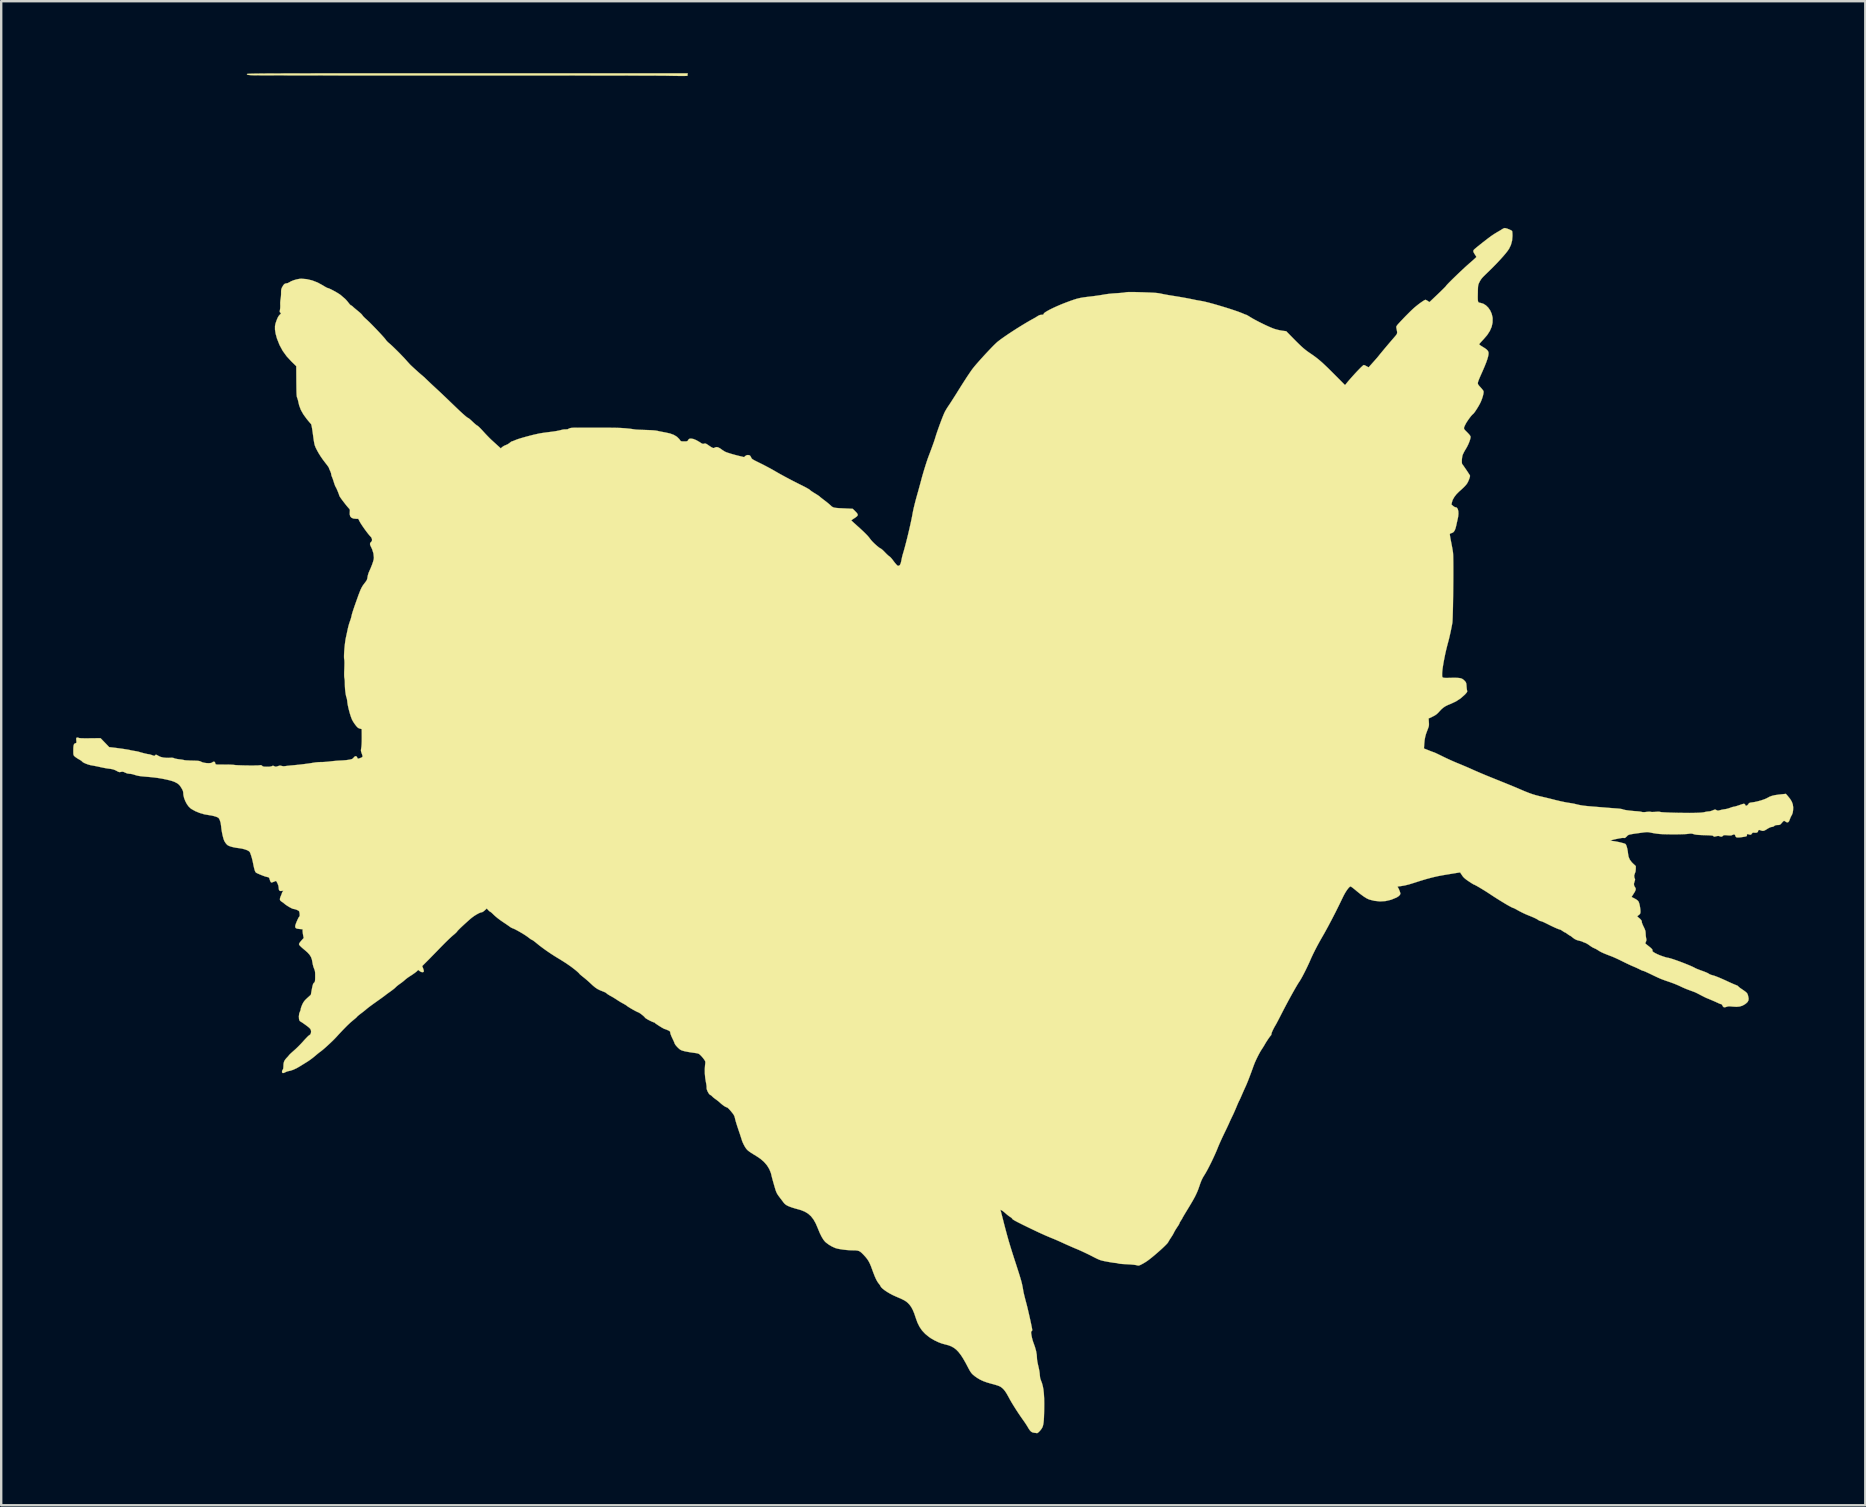
<source format=kicad_pcb>
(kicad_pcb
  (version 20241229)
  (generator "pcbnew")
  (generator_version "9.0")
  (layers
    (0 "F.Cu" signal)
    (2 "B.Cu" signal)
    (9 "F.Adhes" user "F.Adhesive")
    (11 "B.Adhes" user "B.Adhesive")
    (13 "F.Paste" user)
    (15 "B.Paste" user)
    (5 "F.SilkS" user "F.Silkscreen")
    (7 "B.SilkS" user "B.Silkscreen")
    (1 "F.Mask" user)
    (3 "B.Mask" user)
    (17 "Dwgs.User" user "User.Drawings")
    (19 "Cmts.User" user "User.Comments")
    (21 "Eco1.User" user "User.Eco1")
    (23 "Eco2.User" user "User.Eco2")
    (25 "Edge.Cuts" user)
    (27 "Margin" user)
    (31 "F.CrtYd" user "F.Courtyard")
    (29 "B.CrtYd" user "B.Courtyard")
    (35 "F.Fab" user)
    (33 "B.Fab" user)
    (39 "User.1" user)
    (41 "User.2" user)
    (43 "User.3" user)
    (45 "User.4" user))
  (footprint "outline"
    (layer "F.Cu")
    (at 39.043 29.547)
    (property "Reference" "outline" (at 0 0 0) (layer "F.SilkS") (effects (font (size 1.524 1.524) (thickness 0.3))))
    (attr through_hole)
    (fp_poly (pts (xy -13.446 -29.488) (xy -13.452 -29.435) (xy -13.657 -29.433) (xy -13.735 -29.433) (xy -13.844 -29.434) (xy -13.976 -29.436) (xy -14.121 -29.438) (xy -14.272 -29.441) (xy -14.371 -29.443) (xy -14.425 -29.444) (xy -14.518 -29.444) (xy -14.646 -29.445) (xy -14.81 -29.446) (xy -15.007 -29.447) (xy -15.237 -29.447) (xy -15.497 -29.448) (xy -15.786 -29.448) (xy -16.104 -29.449) (xy -16.448 -29.449) (xy -16.818 -29.45) (xy -17.211 -29.45) (xy -17.627 -29.451) (xy -18.064 -29.451) (xy -18.52 -29.452) (xy -18.995 -29.452) (xy -19.488 -29.452) (xy -19.995 -29.452) (xy -20.517 -29.452) (xy -21.052 -29.453) (xy -21.598 -29.453) (xy -22.154 -29.453) (xy -22.719 -29.453) (xy -23.107 -29.452) (xy -23.674 -29.452) (xy -24.232 -29.452) (xy -24.78 -29.452) (xy -25.316 -29.452) (xy -25.84 -29.452) (xy -26.349 -29.453) (xy -26.842 -29.453) (xy -27.319 -29.453) (xy -27.778 -29.453) (xy -28.217 -29.454) (xy -28.635 -29.454) (xy -29.031 -29.455) (xy -29.403 -29.455) (xy -29.75 -29.456) (xy -30.072 -29.456) (xy -30.366 -29.457) (xy -30.631 -29.457) (xy -30.866 -29.458) (xy -31.069 -29.459) (xy -31.24 -29.459) (xy -31.377 -29.46) (xy -31.478 -29.461) (xy -31.543 -29.462) (xy -31.567 -29.462) (xy -31.667 -29.468) (xy -31.734 -29.474) (xy -31.775 -29.482) (xy -31.797 -29.492) (xy -31.805 -29.507) (xy -31.805 -29.508) (xy -31.804 -29.511) (xy -31.8 -29.513) (xy -31.792 -29.516) (xy -31.779 -29.518) (xy -31.759 -29.52) (xy -31.732 -29.522) (xy -31.697 -29.524) (xy -31.652 -29.526) (xy -31.597 -29.527) (xy -31.531 -29.529) (xy -31.452 -29.53) (xy -31.359 -29.531) (xy -31.252 -29.533) (xy -31.129 -29.534) (xy -30.99 -29.535) (xy -30.833 -29.536) (xy -30.657 -29.537) (xy -30.461 -29.537) (xy -30.245 -29.538) (xy -30.007 -29.539) (xy -29.746 -29.539) (xy -29.461 -29.54) (xy -29.152 -29.54) (xy -28.816 -29.541) (xy -28.453 -29.541) (xy -28.063 -29.541) (xy -27.643 -29.541) (xy -27.193 -29.542) (xy -26.712 -29.542) (xy -26.199 -29.542) (xy -25.653 -29.542) (xy -25.072 -29.542) (xy -24.456 -29.542) (xy -23.804 -29.542) (xy -23.115 -29.542) (xy -22.626 -29.542) (xy -13.44 -29.542) (xy -13.446 -29.488)) (stroke (width 0.01) (type solid)) (fill yes) (layer "F.SilkS"))
    (fp_poly (pts (xy 20.651 -23.087) (xy 20.714 -23.068) (xy 20.783 -23.041) (xy 20.847 -23.012) (xy 20.894 -22.986) (xy 20.91 -22.972) (xy 20.916 -22.943) (xy 20.922 -22.885) (xy 20.925 -22.807) (xy 20.925 -22.762) (xy 20.909 -22.568) (xy 20.861 -22.391) (xy 20.783 -22.23) (xy 20.727 -22.147) (xy 20.645 -22.042) (xy 20.54 -21.919) (xy 20.415 -21.78) (xy 20.274 -21.629) (xy 20.119 -21.47) (xy 19.953 -21.306) (xy 19.829 -21.186) (xy 19.737 -21.097) (xy 19.669 -21.025) (xy 19.619 -20.962) (xy 19.58 -20.901) (xy 19.556 -20.855) (xy 19.531 -20.804) (xy 19.513 -20.762) (xy 19.501 -20.72) (xy 19.493 -20.67) (xy 19.488 -20.604) (xy 19.485 -20.514) (xy 19.483 -20.403) (xy 19.48 -20.267) (xy 19.48 -20.165) (xy 19.483 -20.091) (xy 19.491 -20.041) (xy 19.505 -20.01) (xy 19.526 -19.992) (xy 19.557 -19.983) (xy 19.592 -19.977) (xy 19.71 -19.942) (xy 19.82 -19.874) (xy 19.918 -19.778) (xy 19.999 -19.66) (xy 20.059 -19.525) (xy 20.094 -19.379) (xy 20.099 -19.333) (xy 20.096 -19.154) (xy 20.058 -18.98) (xy 19.983 -18.808) (xy 19.872 -18.636) (xy 19.723 -18.463) (xy 19.721 -18.461) (xy 19.654 -18.39) (xy 19.598 -18.328) (xy 19.558 -18.281) (xy 19.539 -18.254) (xy 19.538 -18.252) (xy 19.554 -18.233) (xy 19.596 -18.201) (xy 19.656 -18.163) (xy 19.672 -18.153) (xy 19.779 -18.087) (xy 19.853 -18.031) (xy 19.9 -17.979) (xy 19.924 -17.928) (xy 19.929 -17.884) (xy 19.924 -17.813) (xy 19.906 -17.726) (xy 19.875 -17.62) (xy 19.83 -17.493) (xy 19.769 -17.34) (xy 19.692 -17.16) (xy 19.598 -16.949) (xy 19.588 -16.927) (xy 19.55 -16.839) (xy 19.517 -16.757) (xy 19.494 -16.691) (xy 19.486 -16.659) (xy 19.483 -16.622) (xy 19.49 -16.59) (xy 19.512 -16.554) (xy 19.553 -16.504) (xy 19.587 -16.468) (xy 19.641 -16.407) (xy 19.686 -16.351) (xy 19.714 -16.311) (xy 19.718 -16.304) (xy 19.723 -16.259) (xy 19.714 -16.186) (xy 19.692 -16.094) (xy 19.66 -15.991) (xy 19.619 -15.884) (xy 19.599 -15.838) (xy 19.563 -15.766) (xy 19.516 -15.682) (xy 19.463 -15.594) (xy 19.409 -15.509) (xy 19.358 -15.434) (xy 19.315 -15.378) (xy 19.285 -15.347) (xy 19.281 -15.345) (xy 19.251 -15.318) (xy 19.205 -15.267) (xy 19.151 -15.198) (xy 19.094 -15.12) (xy 19.04 -15.04) (xy 18.994 -14.967) (xy 18.973 -14.927) (xy 18.932 -14.845) (xy 18.909 -14.787) (xy 18.906 -14.742) (xy 18.926 -14.701) (xy 18.97 -14.652) (xy 19.028 -14.595) (xy 19.089 -14.532) (xy 19.139 -14.475) (xy 19.17 -14.43) (xy 19.178 -14.414) (xy 19.178 -14.359) (xy 19.159 -14.28) (xy 19.126 -14.183) (xy 19.081 -14.076) (xy 19.027 -13.968) (xy 18.977 -13.883) (xy 18.927 -13.799) (xy 18.883 -13.714) (xy 18.851 -13.641) (xy 18.841 -13.61) (xy 18.828 -13.542) (xy 18.819 -13.464) (xy 18.816 -13.385) (xy 18.818 -13.318) (xy 18.825 -13.272) (xy 18.833 -13.258) (xy 18.849 -13.239) (xy 18.881 -13.195) (xy 18.924 -13.133) (xy 18.975 -13.059) (xy 19.028 -12.981) (xy 19.078 -12.905) (xy 19.12 -12.84) (xy 19.15 -12.792) (xy 19.156 -12.782) (xy 19.156 -12.753) (xy 19.142 -12.697) (xy 19.117 -12.624) (xy 19.106 -12.596) (xy 19.076 -12.528) (xy 19.044 -12.467) (xy 19.003 -12.409) (xy 18.95 -12.348) (xy 18.88 -12.277) (xy 18.789 -12.192) (xy 18.7 -12.114) (xy 18.588 -12.001) (xy 18.498 -11.882) (xy 18.433 -11.764) (xy 18.406 -11.678) (xy 18.383 -11.577) (xy 18.455 -11.514) (xy 18.501 -11.48) (xy 18.54 -11.462) (xy 18.552 -11.462) (xy 18.583 -11.457) (xy 18.617 -11.433) (xy 18.65 -11.376) (xy 18.67 -11.292) (xy 18.674 -11.188) (xy 18.663 -11.075) (xy 18.655 -11.029) (xy 18.637 -10.947) (xy 18.614 -10.844) (xy 18.591 -10.738) (xy 18.582 -10.697) (xy 18.551 -10.576) (xy 18.515 -10.489) (xy 18.473 -10.431) (xy 18.42 -10.396) (xy 18.382 -10.384) (xy 18.338 -10.368) (xy 18.315 -10.348) (xy 18.316 -10.321) (xy 18.324 -10.264) (xy 18.337 -10.182) (xy 18.356 -10.084) (xy 18.368 -10.022) (xy 18.391 -9.904) (xy 18.413 -9.786) (xy 18.432 -9.68) (xy 18.445 -9.596) (xy 18.448 -9.574) (xy 18.452 -9.518) (xy 18.456 -9.429) (xy 18.458 -9.309) (xy 18.46 -9.163) (xy 18.461 -8.995) (xy 18.461 -8.809) (xy 18.461 -8.609) (xy 18.46 -8.399) (xy 18.458 -8.184) (xy 18.456 -7.968) (xy 18.453 -7.754) (xy 18.45 -7.547) (xy 18.447 -7.35) (xy 18.443 -7.169) (xy 18.438 -7.007) (xy 18.434 -6.867) (xy 18.429 -6.756) (xy 18.424 -6.675) (xy 18.419 -6.633) (xy 18.397 -6.511) (xy 18.369 -6.371) (xy 18.338 -6.225) (xy 18.306 -6.084) (xy 18.276 -5.958) (xy 18.25 -5.859) (xy 18.248 -5.852) (xy 18.206 -5.695) (xy 18.164 -5.525) (xy 18.124 -5.348) (xy 18.088 -5.17) (xy 18.055 -4.998) (xy 18.029 -4.84) (xy 18.009 -4.701) (xy 17.998 -4.588) (xy 17.995 -4.527) (xy 17.995 -4.464) (xy 17.997 -4.417) (xy 18.008 -4.385) (xy 18.032 -4.365) (xy 18.074 -4.354) (xy 18.139 -4.351) (xy 18.234 -4.351) (xy 18.354 -4.354) (xy 18.503 -4.356) (xy 18.618 -4.354) (xy 18.707 -4.347) (xy 18.775 -4.334) (xy 18.828 -4.314) (xy 18.873 -4.285) (xy 18.916 -4.247) (xy 18.924 -4.239) (xy 18.962 -4.198) (xy 18.986 -4.163) (xy 19 -4.121) (xy 19.008 -4.062) (xy 19.012 -4) (xy 19.019 -3.92) (xy 19.028 -3.854) (xy 19.037 -3.811) (xy 19.039 -3.806) (xy 19.039 -3.78) (xy 19.019 -3.743) (xy 18.974 -3.689) (xy 18.94 -3.653) (xy 18.77 -3.502) (xy 18.573 -3.373) (xy 18.36 -3.273) (xy 18.23 -3.22) (xy 18.129 -3.169) (xy 18.044 -3.112) (xy 17.965 -3.044) (xy 17.883 -2.956) (xy 17.881 -2.954) (xy 17.81 -2.879) (xy 17.748 -2.825) (xy 17.68 -2.781) (xy 17.594 -2.737) (xy 17.432 -2.661) (xy 17.442 -2.507) (xy 17.446 -2.436) (xy 17.445 -2.381) (xy 17.437 -2.33) (xy 17.418 -2.271) (xy 17.388 -2.192) (xy 17.372 -2.15) (xy 17.323 -2.017) (xy 17.289 -1.89) (xy 17.265 -1.757) (xy 17.25 -1.602) (xy 17.247 -1.551) (xy 17.238 -1.411) (xy 17.439 -1.331) (xy 17.522 -1.298) (xy 17.591 -1.272) (xy 17.638 -1.255) (xy 17.655 -1.25) (xy 17.677 -1.242) (xy 17.728 -1.219) (xy 17.802 -1.184) (xy 17.895 -1.139) (xy 18.002 -1.087) (xy 18.023 -1.076) (xy 18.158 -1.011) (xy 18.307 -0.942) (xy 18.457 -0.875) (xy 18.595 -0.816) (xy 18.679 -0.782) (xy 18.809 -0.728) (xy 18.959 -0.665) (xy 19.112 -0.599) (xy 19.253 -0.536) (xy 19.294 -0.517) (xy 19.388 -0.476) (xy 19.511 -0.423) (xy 19.656 -0.361) (xy 19.818 -0.293) (xy 19.989 -0.223) (xy 20.163 -0.153) (xy 20.292 -0.101) (xy 20.459 -0.034) (xy 20.625 0.033) (xy 20.784 0.098) (xy 20.93 0.158) (xy 21.056 0.21) (xy 21.158 0.253) (xy 21.22 0.28) (xy 21.42 0.366) (xy 21.596 0.436) (xy 21.755 0.493) (xy 21.908 0.539) (xy 22.064 0.579) (xy 22.101 0.587) (xy 22.214 0.614) (xy 22.351 0.646) (xy 22.497 0.682) (xy 22.638 0.717) (xy 22.693 0.732) (xy 22.822 0.763) (xy 22.957 0.794) (xy 23.086 0.821) (xy 23.196 0.842) (xy 23.241 0.849) (xy 23.338 0.864) (xy 23.428 0.879) (xy 23.5 0.893) (xy 23.534 0.901) (xy 23.644 0.928) (xy 23.743 0.949) (xy 23.842 0.966) (xy 23.952 0.98) (xy 24.082 0.993) (xy 24.218 1.005) (xy 24.429 1.022) (xy 24.605 1.036) (xy 24.751 1.048) (xy 24.871 1.058) (xy 24.969 1.066) (xy 25.049 1.072) (xy 25.117 1.077) (xy 25.176 1.082) (xy 25.23 1.086) (xy 25.284 1.089) (xy 25.293 1.09) (xy 25.379 1.098) (xy 25.452 1.108) (xy 25.502 1.118) (xy 25.517 1.123) (xy 25.554 1.137) (xy 25.622 1.152) (xy 25.713 1.166) (xy 25.821 1.18) (xy 25.936 1.192) (xy 26.051 1.201) (xy 26.084 1.203) (xy 26.169 1.21) (xy 26.244 1.218) (xy 26.295 1.228) (xy 26.309 1.233) (xy 26.359 1.242) (xy 26.446 1.24) (xy 26.504 1.233) (xy 26.581 1.226) (xy 26.645 1.224) (xy 26.684 1.228) (xy 26.689 1.229) (xy 26.721 1.235) (xy 26.781 1.235) (xy 26.858 1.232) (xy 26.884 1.23) (xy 26.979 1.224) (xy 27.049 1.226) (xy 27.086 1.234) (xy 27.116 1.24) (xy 27.18 1.246) (xy 27.273 1.252) (xy 27.39 1.257) (xy 27.526 1.263) (xy 27.675 1.267) (xy 27.833 1.271) (xy 27.995 1.273) (xy 28.156 1.275) (xy 28.31 1.276) (xy 28.452 1.275) (xy 28.487 1.274) (xy 28.661 1.269) (xy 28.796 1.261) (xy 28.893 1.249) (xy 28.93 1.24) (xy 29.002 1.224) (xy 29.07 1.215) (xy 29.096 1.214) (xy 29.151 1.208) (xy 29.221 1.188) (xy 29.265 1.171) (xy 29.325 1.145) (xy 29.363 1.135) (xy 29.393 1.14) (xy 29.425 1.157) (xy 29.463 1.175) (xy 29.499 1.178) (xy 29.548 1.168) (xy 29.575 1.16) (xy 29.655 1.14) (xy 29.743 1.124) (xy 29.77 1.121) (xy 29.846 1.108) (xy 29.933 1.084) (xy 29.99 1.064) (xy 30.059 1.039) (xy 30.119 1.021) (xy 30.152 1.016) (xy 30.189 1.01) (xy 30.252 0.992) (xy 30.331 0.967) (xy 30.386 0.948) (xy 30.473 0.918) (xy 30.531 0.9) (xy 30.567 0.894) (xy 30.59 0.898) (xy 30.606 0.911) (xy 30.631 0.943) (xy 30.636 0.96) (xy 30.649 0.977) (xy 30.679 0.973) (xy 30.715 0.952) (xy 30.747 0.918) (xy 30.754 0.909) (xy 30.774 0.877) (xy 30.801 0.858) (xy 30.843 0.845) (xy 30.913 0.836) (xy 30.921 0.835) (xy 31.024 0.819) (xy 31.142 0.792) (xy 31.265 0.759) (xy 31.381 0.721) (xy 31.481 0.683) (xy 31.553 0.646) (xy 31.555 0.645) (xy 31.641 0.599) (xy 31.742 0.562) (xy 31.863 0.534) (xy 32.013 0.512) (xy 32.088 0.504) (xy 32.318 0.48) (xy 32.395 0.567) (xy 32.495 0.691) (xy 32.564 0.805) (xy 32.605 0.917) (xy 32.622 1.036) (xy 32.618 1.161) (xy 32.602 1.267) (xy 32.573 1.347) (xy 32.557 1.375) (xy 32.521 1.442) (xy 32.489 1.52) (xy 32.48 1.545) (xy 32.448 1.624) (xy 32.409 1.664) (xy 32.361 1.668) (xy 32.315 1.643) (xy 32.273 1.616) (xy 32.242 1.602) (xy 32.24 1.602) (xy 32.218 1.616) (xy 32.181 1.652) (xy 32.147 1.69) (xy 32.103 1.74) (xy 32.068 1.766) (xy 32.027 1.776) (xy 31.974 1.778) (xy 31.902 1.783) (xy 31.857 1.8) (xy 31.838 1.817) (xy 31.785 1.849) (xy 31.738 1.856) (xy 31.671 1.871) (xy 31.583 1.915) (xy 31.551 1.935) (xy 31.47 1.985) (xy 31.411 2.014) (xy 31.363 2.024) (xy 31.317 2.018) (xy 31.275 2.003) (xy 31.211 1.983) (xy 31.175 1.99) (xy 31.164 2.022) (xy 31.147 2.069) (xy 31.101 2.096) (xy 31.031 2.101) (xy 31.017 2.099) (xy 30.962 2.094) (xy 30.93 2.103) (xy 30.904 2.131) (xy 30.898 2.139) (xy 30.875 2.169) (xy 30.849 2.182) (xy 30.81 2.178) (xy 30.745 2.16) (xy 30.739 2.158) (xy 30.707 2.154) (xy 30.696 2.175) (xy 30.695 2.195) (xy 30.694 2.219) (xy 30.686 2.237) (xy 30.665 2.249) (xy 30.625 2.26) (xy 30.559 2.272) (xy 30.461 2.286) (xy 30.456 2.287) (xy 30.356 2.298) (xy 30.289 2.298) (xy 30.246 2.284) (xy 30.222 2.255) (xy 30.213 2.226) (xy 30.191 2.181) (xy 30.149 2.169) (xy 30.09 2.192) (xy 30.084 2.195) (xy 30.049 2.209) (xy 29.997 2.214) (xy 29.919 2.21) (xy 29.884 2.207) (xy 29.805 2.2) (xy 29.754 2.2) (xy 29.723 2.207) (xy 29.702 2.222) (xy 29.695 2.229) (xy 29.654 2.261) (xy 29.603 2.262) (xy 29.554 2.244) (xy 29.509 2.232) (xy 29.452 2.238) (xy 29.413 2.247) (xy 29.356 2.261) (xy 29.324 2.262) (xy 29.304 2.248) (xy 29.298 2.241) (xy 29.285 2.229) (xy 29.259 2.22) (xy 29.215 2.214) (xy 29.149 2.209) (xy 29.055 2.205) (xy 28.927 2.201) (xy 28.925 2.201) (xy 28.782 2.196) (xy 28.671 2.19) (xy 28.588 2.182) (xy 28.525 2.172) (xy 28.481 2.159) (xy 28.425 2.142) (xy 28.373 2.135) (xy 28.311 2.138) (xy 28.241 2.147) (xy 28.172 2.154) (xy 28.072 2.159) (xy 27.947 2.163) (xy 27.806 2.166) (xy 27.655 2.167) (xy 27.502 2.166) (xy 27.355 2.164) (xy 27.221 2.16) (xy 27.107 2.155) (xy 27.041 2.15) (xy 26.935 2.138) (xy 26.817 2.12) (xy 26.712 2.1) (xy 26.712 2.1) (xy 26.642 2.086) (xy 26.586 2.077) (xy 26.532 2.074) (xy 26.471 2.078) (xy 26.391 2.087) (xy 26.302 2.099) (xy 26.144 2.121) (xy 26.02 2.138) (xy 25.925 2.153) (xy 25.854 2.166) (xy 25.803 2.177) (xy 25.766 2.19) (xy 25.74 2.204) (xy 25.719 2.221) (xy 25.698 2.243) (xy 25.687 2.254) (xy 25.637 2.301) (xy 25.598 2.32) (xy 25.571 2.319) (xy 25.54 2.315) (xy 25.496 2.317) (xy 25.434 2.326) (xy 25.346 2.342) (xy 25.229 2.366) (xy 25.195 2.373) (xy 25.106 2.394) (xy 25.046 2.413) (xy 25.018 2.428) (xy 25.023 2.438) (xy 25.064 2.442) (xy 25.069 2.442) (xy 25.126 2.447) (xy 25.206 2.459) (xy 25.298 2.476) (xy 25.395 2.497) (xy 25.486 2.52) (xy 25.563 2.541) (xy 25.617 2.56) (xy 25.636 2.57) (xy 25.662 2.611) (xy 25.688 2.683) (xy 25.712 2.775) (xy 25.731 2.88) (xy 25.741 2.967) (xy 25.764 3.102) (xy 25.813 3.218) (xy 25.891 3.324) (xy 25.948 3.381) (xy 26.064 3.489) (xy 26.064 3.606) (xy 26.054 3.716) (xy 26.024 3.798) (xy 25.996 3.887) (xy 26.006 3.976) (xy 26.029 4.024) (xy 26.034 4.063) (xy 26.015 4.127) (xy 26.009 4.14) (xy 25.985 4.232) (xy 25.998 4.315) (xy 26.038 4.378) (xy 26.061 4.423) (xy 26.058 4.48) (xy 26.028 4.553) (xy 25.975 4.639) (xy 25.935 4.701) (xy 25.906 4.748) (xy 25.892 4.775) (xy 25.892 4.777) (xy 25.911 4.788) (xy 25.956 4.811) (xy 26.016 4.842) (xy 26.017 4.842) (xy 26.085 4.881) (xy 26.141 4.924) (xy 26.172 4.957) (xy 26.197 5.012) (xy 26.221 5.094) (xy 26.24 5.192) (xy 26.254 5.293) (xy 26.259 5.378) (xy 26.256 5.435) (xy 26.244 5.475) (xy 26.212 5.511) (xy 26.156 5.554) (xy 26.154 5.556) (xy 26.13 5.576) (xy 26.133 5.594) (xy 26.162 5.62) (xy 26.244 5.689) (xy 26.293 5.744) (xy 26.313 5.785) (xy 26.313 5.803) (xy 26.317 5.839) (xy 26.338 5.901) (xy 26.373 5.981) (xy 26.389 6.013) (xy 26.431 6.101) (xy 26.457 6.168) (xy 26.47 6.226) (xy 26.474 6.286) (xy 26.475 6.297) (xy 26.479 6.379) (xy 26.489 6.459) (xy 26.496 6.495) (xy 26.507 6.558) (xy 26.501 6.605) (xy 26.484 6.643) (xy 26.467 6.688) (xy 26.466 6.717) (xy 26.468 6.72) (xy 26.49 6.738) (xy 26.534 6.773) (xy 26.593 6.82) (xy 26.615 6.837) (xy 26.689 6.898) (xy 26.735 6.943) (xy 26.758 6.977) (xy 26.761 7.006) (xy 26.757 7.019) (xy 26.767 7.044) (xy 26.809 7.079) (xy 26.877 7.119) (xy 26.966 7.163) (xy 27.07 7.207) (xy 27.156 7.239) (xy 27.24 7.267) (xy 27.313 7.29) (xy 27.366 7.304) (xy 27.386 7.307) (xy 27.432 7.315) (xy 27.508 7.335) (xy 27.608 7.366) (xy 27.725 7.406) (xy 27.854 7.452) (xy 27.988 7.502) (xy 28.121 7.554) (xy 28.248 7.605) (xy 28.361 7.653) (xy 28.456 7.696) (xy 28.525 7.732) (xy 28.538 7.739) (xy 28.58 7.76) (xy 28.649 7.788) (xy 28.736 7.822) (xy 28.831 7.856) (xy 28.924 7.89) (xy 29.006 7.923) (xy 29.07 7.953) (xy 29.105 7.974) (xy 29.105 7.975) (xy 29.146 7.999) (xy 29.21 8.024) (xy 29.281 8.044) (xy 29.344 8.062) (xy 29.435 8.096) (xy 29.547 8.141) (xy 29.674 8.196) (xy 29.806 8.255) (xy 29.923 8.31) (xy 30.032 8.359) (xy 30.125 8.4) (xy 30.197 8.431) (xy 30.242 8.448) (xy 30.251 8.451) (xy 30.3 8.472) (xy 30.329 8.497) (xy 30.359 8.527) (xy 30.408 8.566) (xy 30.441 8.589) (xy 30.54 8.656) (xy 30.612 8.707) (xy 30.661 8.746) (xy 30.694 8.78) (xy 30.716 8.813) (xy 30.731 8.852) (xy 30.745 8.9) (xy 30.745 8.902) (xy 30.765 9.003) (xy 30.758 9.083) (xy 30.723 9.151) (xy 30.655 9.215) (xy 30.613 9.246) (xy 30.506 9.306) (xy 30.391 9.341) (xy 30.261 9.353) (xy 30.105 9.344) (xy 30.096 9.343) (xy 30.006 9.335) (xy 29.941 9.333) (xy 29.89 9.34) (xy 29.845 9.354) (xy 29.771 9.374) (xy 29.721 9.365) (xy 29.687 9.327) (xy 29.676 9.301) (xy 29.652 9.258) (xy 29.623 9.242) (xy 29.586 9.234) (xy 29.533 9.213) (xy 29.513 9.203) (xy 29.451 9.175) (xy 29.366 9.136) (xy 29.268 9.094) (xy 29.17 9.052) (xy 29.084 9.016) (xy 29.034 8.996) (xy 28.989 8.977) (xy 28.92 8.943) (xy 28.837 8.901) (xy 28.763 8.863) (xy 28.678 8.818) (xy 28.601 8.779) (xy 28.54 8.75) (xy 28.509 8.737) (xy 28.469 8.722) (xy 28.403 8.698) (xy 28.322 8.668) (xy 28.272 8.65) (xy 28.165 8.609) (xy 28.045 8.558) (xy 27.935 8.507) (xy 27.911 8.495) (xy 27.828 8.457) (xy 27.719 8.411) (xy 27.598 8.364) (xy 27.475 8.32) (xy 27.432 8.305) (xy 27.333 8.272) (xy 27.249 8.242) (xy 27.174 8.214) (xy 27.1 8.185) (xy 27.021 8.151) (xy 26.93 8.109) (xy 26.82 8.057) (xy 26.684 7.991) (xy 26.638 7.969) (xy 26.548 7.927) (xy 26.47 7.891) (xy 26.41 7.866) (xy 26.375 7.855) (xy 26.372 7.854) (xy 26.341 7.846) (xy 26.288 7.823) (xy 26.23 7.794) (xy 26.153 7.756) (xy 26.06 7.713) (xy 25.97 7.675) (xy 25.969 7.674) (xy 25.9 7.645) (xy 25.807 7.603) (xy 25.697 7.551) (xy 25.582 7.495) (xy 25.507 7.458) (xy 25.394 7.402) (xy 25.28 7.348) (xy 25.176 7.301) (xy 25.09 7.264) (xy 25.048 7.248) (xy 24.865 7.178) (xy 24.716 7.117) (xy 24.602 7.063) (xy 24.518 7.014) (xy 24.5 7.002) (xy 24.434 6.96) (xy 24.364 6.924) (xy 24.334 6.912) (xy 24.279 6.886) (xy 24.21 6.845) (xy 24.14 6.796) (xy 24.14 6.796) (xy 24.07 6.747) (xy 24 6.706) (xy 23.945 6.682) (xy 23.944 6.682) (xy 23.89 6.663) (xy 23.851 6.645) (xy 23.845 6.641) (xy 23.816 6.628) (xy 23.761 6.612) (xy 23.718 6.602) (xy 23.606 6.571) (xy 23.513 6.526) (xy 23.421 6.457) (xy 23.418 6.455) (xy 23.372 6.417) (xy 23.337 6.394) (xy 23.326 6.389) (xy 23.303 6.378) (xy 23.26 6.35) (xy 23.22 6.321) (xy 23.169 6.284) (xy 23.128 6.259) (xy 23.112 6.252) (xy 23.087 6.242) (xy 23.043 6.214) (xy 23.013 6.194) (xy 22.963 6.16) (xy 22.923 6.139) (xy 22.911 6.135) (xy 22.874 6.126) (xy 22.809 6.102) (xy 22.723 6.066) (xy 22.621 6.019) (xy 22.51 5.966) (xy 22.396 5.909) (xy 22.385 5.903) (xy 22.295 5.859) (xy 22.215 5.821) (xy 22.151 5.795) (xy 22.113 5.784) (xy 22.109 5.783) (xy 22.061 5.771) (xy 22.018 5.747) (xy 21.969 5.714) (xy 21.906 5.679) (xy 21.822 5.639) (xy 21.711 5.591) (xy 21.586 5.541) (xy 21.474 5.494) (xy 21.352 5.437) (xy 21.239 5.38) (xy 21.172 5.344) (xy 21.094 5.3) (xy 21.028 5.264) (xy 20.98 5.241) (xy 20.961 5.235) (xy 20.926 5.223) (xy 20.864 5.192) (xy 20.777 5.145) (xy 20.671 5.085) (xy 20.55 5.012) (xy 20.417 4.931) (xy 20.278 4.844) (xy 20.137 4.754) (xy 19.998 4.662) (xy 19.982 4.652) (xy 19.885 4.588) (xy 19.781 4.522) (xy 19.675 4.457) (xy 19.574 4.396) (xy 19.482 4.342) (xy 19.405 4.299) (xy 19.349 4.27) (xy 19.321 4.259) (xy 19.32 4.259) (xy 19.299 4.249) (xy 19.252 4.221) (xy 19.186 4.179) (xy 19.108 4.128) (xy 19.102 4.124) (xy 19.005 4.057) (xy 18.935 4.001) (xy 18.882 3.95) (xy 18.839 3.896) (xy 18.825 3.874) (xy 18.787 3.817) (xy 18.759 3.775) (xy 18.747 3.756) (xy 18.747 3.756) (xy 18.741 3.755) (xy 18.724 3.756) (xy 18.693 3.76) (xy 18.644 3.768) (xy 18.573 3.779) (xy 18.478 3.795) (xy 18.354 3.815) (xy 18.198 3.841) (xy 18.024 3.87) (xy 17.812 3.91) (xy 17.591 3.961) (xy 17.354 4.024) (xy 17.096 4.101) (xy 16.813 4.192) (xy 16.614 4.253) (xy 16.44 4.296) (xy 16.282 4.323) (xy 16.242 4.328) (xy 16.177 4.336) (xy 16.144 4.345) (xy 16.138 4.357) (xy 16.148 4.369) (xy 16.169 4.402) (xy 16.196 4.458) (xy 16.223 4.524) (xy 16.245 4.587) (xy 16.256 4.631) (xy 16.256 4.637) (xy 16.238 4.687) (xy 16.187 4.74) (xy 16.11 4.791) (xy 16.093 4.8) (xy 15.87 4.892) (xy 15.642 4.946) (xy 15.409 4.961) (xy 15.173 4.937) (xy 14.965 4.885) (xy 14.866 4.842) (xy 14.743 4.767) (xy 14.597 4.661) (xy 14.428 4.525) (xy 14.387 4.49) (xy 14.315 4.431) (xy 14.252 4.382) (xy 14.203 4.349) (xy 14.177 4.338) (xy 14.144 4.354) (xy 14.098 4.4) (xy 14.043 4.47) (xy 13.984 4.557) (xy 13.926 4.656) (xy 13.871 4.761) (xy 13.87 4.764) (xy 13.712 5.09) (xy 13.553 5.411) (xy 13.394 5.719) (xy 13.24 6.01) (xy 13.094 6.276) (xy 12.973 6.487) (xy 12.885 6.642) (xy 12.793 6.811) (xy 12.703 6.984) (xy 12.621 7.149) (xy 12.551 7.297) (xy 12.525 7.356) (xy 12.46 7.505) (xy 12.388 7.659) (xy 12.314 7.813) (xy 12.24 7.959) (xy 12.171 8.09) (xy 12.109 8.201) (xy 12.058 8.285) (xy 12.046 8.302) (xy 11.998 8.375) (xy 11.936 8.478) (xy 11.861 8.607) (xy 11.776 8.757) (xy 11.684 8.923) (xy 11.587 9.101) (xy 11.489 9.285) (xy 11.391 9.471) (xy 11.297 9.654) (xy 11.293 9.662) (xy 11.234 9.777) (xy 11.179 9.884) (xy 11.13 9.977) (xy 11.092 10.049) (xy 11.066 10.095) (xy 11.062 10.101) (xy 11.007 10.196) (xy 10.958 10.29) (xy 10.918 10.374) (xy 10.892 10.441) (xy 10.883 10.481) (xy 10.876 10.522) (xy 10.865 10.54) (xy 10.842 10.564) (xy 10.804 10.614) (xy 10.757 10.68) (xy 10.706 10.757) (xy 10.656 10.835) (xy 10.613 10.907) (xy 10.611 10.912) (xy 10.565 10.99) (xy 10.515 11.07) (xy 10.482 11.119) (xy 10.431 11.2) (xy 10.371 11.307) (xy 10.307 11.43) (xy 10.245 11.558) (xy 10.19 11.681) (xy 10.148 11.788) (xy 10.143 11.801) (xy 10.082 11.971) (xy 10.02 12.139) (xy 9.96 12.298) (xy 9.904 12.442) (xy 9.854 12.565) (xy 9.813 12.659) (xy 9.803 12.68) (xy 9.766 12.761) (xy 9.72 12.863) (xy 9.673 12.971) (xy 9.642 13.042) (xy 9.605 13.127) (xy 9.572 13.2) (xy 9.547 13.253) (xy 9.534 13.276) (xy 9.521 13.301) (xy 9.497 13.355) (xy 9.465 13.429) (xy 9.428 13.516) (xy 9.427 13.521) (xy 9.382 13.627) (xy 9.333 13.739) (xy 9.287 13.841) (xy 9.257 13.902) (xy 9.215 13.989) (xy 9.173 14.078) (xy 9.139 14.153) (xy 9.134 14.165) (xy 9.112 14.216) (xy 9.075 14.295) (xy 9.029 14.394) (xy 8.975 14.506) (xy 8.918 14.623) (xy 8.911 14.638) (xy 8.85 14.766) (xy 8.788 14.9) (xy 8.73 15.029) (xy 8.68 15.144) (xy 8.646 15.228) (xy 8.593 15.358) (xy 8.528 15.506) (xy 8.455 15.665) (xy 8.378 15.827) (xy 8.299 15.984) (xy 8.224 16.129) (xy 8.155 16.254) (xy 8.097 16.351) (xy 8.089 16.363) (xy 8.025 16.469) (xy 7.972 16.575) (xy 7.924 16.696) (xy 7.894 16.784) (xy 7.848 16.917) (xy 7.801 17.04) (xy 7.748 17.158) (xy 7.687 17.281) (xy 7.613 17.416) (xy 7.522 17.571) (xy 7.473 17.653) (xy 7.387 17.795) (xy 7.318 17.908) (xy 7.266 17.994) (xy 7.228 18.058) (xy 7.202 18.103) (xy 7.185 18.132) (xy 7.175 18.149) (xy 7.171 18.159) (xy 7.171 18.163) (xy 7.16 18.184) (xy 7.134 18.225) (xy 7.112 18.259) (xy 7.079 18.311) (xy 7.057 18.353) (xy 7.053 18.368) (xy 7.043 18.395) (xy 7.015 18.444) (xy 6.974 18.507) (xy 6.955 18.535) (xy 6.906 18.61) (xy 6.862 18.682) (xy 6.832 18.738) (xy 6.826 18.75) (xy 6.801 18.8) (xy 6.761 18.87) (xy 6.713 18.945) (xy 6.701 18.963) (xy 6.654 19.035) (xy 6.613 19.102) (xy 6.585 19.151) (xy 6.581 19.161) (xy 6.555 19.197) (xy 6.503 19.254) (xy 6.43 19.327) (xy 6.34 19.413) (xy 6.238 19.506) (xy 6.129 19.602) (xy 6.016 19.699) (xy 5.905 19.791) (xy 5.8 19.874) (xy 5.724 19.931) (xy 5.657 19.977) (xy 5.573 20.028) (xy 5.49 20.075) (xy 5.489 20.075) (xy 5.416 20.112) (xy 5.366 20.131) (xy 5.33 20.135) (xy 5.298 20.128) (xy 5.237 20.113) (xy 5.137 20.099) (xy 4.999 20.087) (xy 4.823 20.077) (xy 4.749 20.073) (xy 4.657 20.068) (xy 4.577 20.061) (xy 4.518 20.052) (xy 4.492 20.045) (xy 4.448 20.032) (xy 4.393 20.026) (xy 4.351 20.023) (xy 4.279 20.013) (xy 4.186 19.998) (xy 4.081 19.98) (xy 4.035 19.971) (xy 3.935 19.952) (xy 3.855 19.935) (xy 3.788 19.918) (xy 3.726 19.897) (xy 3.659 19.869) (xy 3.58 19.832) (xy 3.48 19.782) (xy 3.39 19.735) (xy 3.261 19.67) (xy 3.123 19.604) (xy 2.987 19.54) (xy 2.865 19.485) (xy 2.784 19.451) (xy 2.671 19.404) (xy 2.537 19.346) (xy 2.397 19.284) (xy 2.267 19.226) (xy 2.237 19.212) (xy 2.126 19.161) (xy 2.015 19.111) (xy 1.915 19.067) (xy 1.835 19.033) (xy 1.807 19.022) (xy 1.642 18.954) (xy 1.483 18.887) (xy 1.32 18.814) (xy 1.144 18.733) (xy 0.945 18.638) (xy 0.899 18.616) (xy 0.702 18.521) (xy 0.538 18.441) (xy 0.405 18.374) (xy 0.298 18.32) (xy 0.217 18.277) (xy 0.158 18.243) (xy 0.118 18.218) (xy 0.095 18.199) (xy 0.087 18.187) (xy 0.065 18.158) (xy 0.02 18.122) (xy -0.006 18.106) (xy -0.065 18.066) (xy -0.135 18.011) (xy -0.185 17.967) (xy -0.247 17.913) (xy -0.308 17.865) (xy -0.348 17.838) (xy -0.389 17.815) (xy -0.405 17.812) (xy -0.404 17.829) (xy -0.402 17.834) (xy -0.395 17.861) (xy -0.379 17.922) (xy -0.357 18.008) (xy -0.329 18.116) (xy -0.297 18.24) (xy -0.273 18.337) (xy -0.2 18.617) (xy -0.131 18.873) (xy -0.062 19.118) (xy 0.012 19.363) (xy 0.093 19.622) (xy 0.166 19.851) (xy 0.237 20.068) (xy 0.296 20.252) (xy 0.346 20.407) (xy 0.387 20.537) (xy 0.42 20.647) (xy 0.448 20.741) (xy 0.47 20.822) (xy 0.488 20.896) (xy 0.503 20.965) (xy 0.517 21.035) (xy 0.53 21.109) (xy 0.544 21.192) (xy 0.545 21.201) (xy 0.557 21.262) (xy 0.578 21.351) (xy 0.605 21.461) (xy 0.636 21.581) (xy 0.665 21.689) (xy 0.688 21.776) (xy 0.715 21.883) (xy 0.744 22.007) (xy 0.775 22.14) (xy 0.806 22.277) (xy 0.836 22.411) (xy 0.863 22.537) (xy 0.886 22.648) (xy 0.904 22.739) (xy 0.915 22.802) (xy 0.918 22.832) (xy 0.906 22.848) (xy 0.889 22.867) (xy 0.875 22.886) (xy 0.869 22.912) (xy 0.871 22.955) (xy 0.882 23.023) (xy 0.888 23.059) (xy 0.907 23.152) (xy 0.932 23.246) (xy 0.956 23.323) (xy 0.959 23.329) (xy 1.028 23.522) (xy 1.076 23.693) (xy 1.104 23.851) (xy 1.114 24.005) (xy 1.114 24.019) (xy 1.119 24.07) (xy 1.132 24.148) (xy 1.151 24.243) (xy 1.172 24.335) (xy 1.196 24.442) (xy 1.216 24.548) (xy 1.228 24.638) (xy 1.231 24.689) (xy 1.246 24.822) (xy 1.277 24.914) (xy 1.321 25.03) (xy 1.356 25.158) (xy 1.383 25.302) (xy 1.401 25.468) (xy 1.412 25.66) (xy 1.416 25.882) (xy 1.414 26.103) (xy 1.41 26.294) (xy 1.405 26.45) (xy 1.398 26.576) (xy 1.388 26.677) (xy 1.375 26.757) (xy 1.359 26.822) (xy 1.338 26.876) (xy 1.312 26.923) (xy 1.305 26.933) (xy 1.262 26.991) (xy 1.213 27.046) (xy 1.166 27.09) (xy 1.129 27.114) (xy 1.117 27.117) (xy 1.092 27.113) (xy 1.041 27.106) (xy 0.999 27.101) (xy 0.934 27.088) (xy 0.88 27.061) (xy 0.83 27.015) (xy 0.778 26.944) (xy 0.72 26.846) (xy 0.683 26.786) (xy 0.631 26.706) (xy 0.57 26.617) (xy 0.517 26.543) (xy 0.431 26.42) (xy 0.336 26.28) (xy 0.24 26.132) (xy 0.147 25.985) (xy 0.063 25.848) (xy -0.005 25.73) (xy -0.025 25.693) (xy -0.099 25.557) (xy -0.161 25.45) (xy -0.215 25.369) (xy -0.264 25.306) (xy -0.312 25.257) (xy -0.315 25.254) (xy -0.359 25.217) (xy -0.402 25.186) (xy -0.453 25.16) (xy -0.517 25.135) (xy -0.602 25.108) (xy -0.714 25.076) (xy -0.787 25.057) (xy -0.974 25.003) (xy -1.129 24.946) (xy -1.261 24.884) (xy -1.378 24.814) (xy -1.382 24.811) (xy -1.483 24.74) (xy -1.558 24.678) (xy -1.618 24.614) (xy -1.67 24.54) (xy -1.724 24.445) (xy -1.75 24.395) (xy -1.862 24.183) (xy -1.964 24.005) (xy -2.061 23.857) (xy -2.155 23.736) (xy -2.249 23.638) (xy -2.348 23.562) (xy -2.453 23.502) (xy -2.57 23.457) (xy -2.7 23.422) (xy -2.726 23.416) (xy -2.862 23.378) (xy -3.013 23.319) (xy -3.166 23.245) (xy -3.309 23.162) (xy -3.385 23.11) (xy -3.544 22.979) (xy -3.674 22.84) (xy -3.78 22.685) (xy -3.868 22.507) (xy -3.939 22.309) (xy -3.999 22.129) (xy -4.061 21.982) (xy -4.126 21.862) (xy -4.199 21.762) (xy -4.277 21.682) (xy -4.322 21.644) (xy -4.374 21.608) (xy -4.436 21.572) (xy -4.517 21.532) (xy -4.622 21.485) (xy -4.756 21.427) (xy -4.766 21.423) (xy -4.891 21.366) (xy -5.014 21.301) (xy -5.13 21.232) (xy -5.233 21.163) (xy -5.317 21.097) (xy -5.376 21.039) (xy -5.405 20.994) (xy -5.425 20.955) (xy -5.461 20.905) (xy -5.474 20.891) (xy -5.529 20.815) (xy -5.586 20.713) (xy -5.646 20.58) (xy -5.711 20.413) (xy -5.748 20.311) (xy -5.802 20.164) (xy -5.852 20.047) (xy -5.903 19.949) (xy -5.961 19.861) (xy -6.031 19.774) (xy -6.113 19.684) (xy -6.186 19.611) (xy -6.246 19.56) (xy -6.304 19.528) (xy -6.371 19.509) (xy -6.456 19.501) (xy -6.565 19.499) (xy -6.695 19.495) (xy -6.834 19.484) (xy -6.973 19.468) (xy -7.102 19.448) (xy -7.211 19.426) (xy -7.289 19.403) (xy -7.423 19.343) (xy -7.556 19.265) (xy -7.671 19.18) (xy -7.713 19.143) (xy -7.785 19.055) (xy -7.86 18.932) (xy -7.938 18.774) (xy -8.016 18.585) (xy -8.018 18.579) (xy -8.104 18.379) (xy -8.197 18.214) (xy -8.301 18.08) (xy -8.42 17.973) (xy -8.558 17.889) (xy -8.719 17.824) (xy -8.803 17.799) (xy -8.974 17.752) (xy -9.111 17.709) (xy -9.218 17.669) (xy -9.302 17.63) (xy -9.366 17.588) (xy -9.415 17.543) (xy -9.442 17.511) (xy -9.473 17.469) (xy -9.52 17.407) (xy -9.576 17.334) (xy -9.61 17.289) (xy -9.678 17.197) (xy -9.726 17.117) (xy -9.761 17.035) (xy -9.783 16.971) (xy -9.821 16.843) (xy -9.858 16.714) (xy -9.893 16.591) (xy -9.922 16.483) (xy -9.944 16.397) (xy -9.957 16.339) (xy -9.957 16.334) (xy -9.971 16.285) (xy -9.998 16.214) (xy -10.032 16.134) (xy -10.043 16.109) (xy -10.132 15.963) (xy -10.254 15.821) (xy -10.405 15.689) (xy -10.561 15.583) (xy -10.69 15.504) (xy -10.791 15.441) (xy -10.868 15.388) (xy -10.927 15.343) (xy -10.972 15.299) (xy -11.009 15.254) (xy -11.043 15.203) (xy -11.066 15.165) (xy -11.111 15.081) (xy -11.151 14.994) (xy -11.179 14.921) (xy -11.183 14.908) (xy -11.199 14.854) (xy -11.226 14.772) (xy -11.259 14.669) (xy -11.298 14.555) (xy -11.331 14.458) (xy -11.37 14.341) (xy -11.406 14.228) (xy -11.436 14.127) (xy -11.458 14.048) (xy -11.467 14.005) (xy -11.489 13.92) (xy -11.528 13.844) (xy -11.567 13.79) (xy -11.657 13.68) (xy -11.729 13.601) (xy -11.782 13.554) (xy -11.813 13.54) (xy -11.85 13.528) (xy -11.907 13.495) (xy -11.976 13.447) (xy -12.047 13.39) (xy -12.094 13.347) (xy -12.153 13.295) (xy -12.227 13.238) (xy -12.28 13.199) (xy -12.342 13.154) (xy -12.394 13.11) (xy -12.423 13.081) (xy -12.465 13.042) (xy -12.502 13.023) (xy -12.537 12.996) (xy -12.575 12.943) (xy -12.611 12.876) (xy -12.639 12.806) (xy -12.652 12.745) (xy -12.651 12.72) (xy -12.651 12.68) (xy -12.658 12.613) (xy -12.672 12.531) (xy -12.681 12.485) (xy -12.709 12.317) (xy -12.725 12.133) (xy -12.727 11.95) (xy -12.716 11.785) (xy -12.714 11.772) (xy -12.705 11.699) (xy -12.704 11.651) (xy -12.714 11.613) (xy -12.738 11.573) (xy -12.755 11.547) (xy -12.805 11.481) (xy -12.866 11.411) (xy -12.899 11.377) (xy -12.935 11.343) (xy -12.967 11.319) (xy -13.003 11.302) (xy -13.05 11.289) (xy -13.12 11.278) (xy -13.218 11.265) (xy -13.327 11.249) (xy -13.44 11.229) (xy -13.539 11.21) (xy -13.597 11.196) (xy -13.675 11.174) (xy -13.733 11.149) (xy -13.785 11.112) (xy -13.845 11.057) (xy -13.857 11.045) (xy -13.912 10.986) (xy -13.956 10.931) (xy -13.98 10.89) (xy -13.982 10.883) (xy -13.996 10.845) (xy -14.022 10.782) (xy -14.058 10.706) (xy -14.079 10.662) (xy -14.117 10.581) (xy -14.146 10.507) (xy -14.163 10.451) (xy -14.165 10.431) (xy -14.169 10.397) (xy -14.187 10.371) (xy -14.226 10.347) (xy -14.273 10.325) (xy -14.334 10.299) (xy -14.382 10.282) (xy -14.402 10.277) (xy -14.427 10.267) (xy -14.475 10.241) (xy -14.539 10.204) (xy -14.61 10.16) (xy -14.68 10.115) (xy -14.742 10.073) (xy -14.788 10.041) (xy -14.809 10.021) (xy -14.81 10.02) (xy -14.826 10.005) (xy -14.834 10.004) (xy -14.869 9.995) (xy -14.927 9.971) (xy -14.997 9.938) (xy -15.07 9.901) (xy -15.137 9.863) (xy -15.188 9.831) (xy -15.213 9.809) (xy -15.214 9.809) (xy -15.24 9.775) (xy -15.29 9.728) (xy -15.351 9.678) (xy -15.414 9.631) (xy -15.469 9.596) (xy -15.496 9.584) (xy -15.537 9.567) (xy -15.602 9.535) (xy -15.68 9.493) (xy -15.764 9.446) (xy -15.843 9.399) (xy -15.909 9.358) (xy -15.954 9.328) (xy -15.963 9.32) (xy -15.997 9.294) (xy -16.054 9.258) (xy -16.123 9.219) (xy -16.136 9.212) (xy -16.225 9.163) (xy -16.321 9.104) (xy -16.397 9.054) (xy -16.481 9) (xy -16.577 8.942) (xy -16.657 8.898) (xy -16.725 8.859) (xy -16.781 8.823) (xy -16.814 8.796) (xy -16.817 8.793) (xy -16.847 8.769) (xy -16.901 8.74) (xy -16.963 8.715) (xy -17.091 8.664) (xy -17.196 8.612) (xy -17.291 8.549) (xy -17.389 8.468) (xy -17.458 8.404) (xy -17.546 8.322) (xy -17.644 8.235) (xy -17.738 8.156) (xy -17.795 8.111) (xy -17.861 8.058) (xy -17.915 8.013) (xy -17.948 7.981) (xy -17.956 7.97) (xy -17.97 7.952) (xy -18.009 7.915) (xy -18.065 7.865) (xy -18.127 7.813) (xy -18.3 7.68) (xy -18.506 7.537) (xy -18.743 7.387) (xy -18.848 7.324) (xy -18.999 7.231) (xy -19.162 7.125) (xy -19.325 7.014) (xy -19.48 6.902) (xy -19.618 6.798) (xy -19.713 6.721) (xy -19.786 6.661) (xy -19.85 6.612) (xy -19.898 6.578) (xy -19.924 6.565) (xy -19.924 6.565) (xy -19.951 6.553) (xy -19.999 6.522) (xy -20.058 6.477) (xy -20.073 6.465) (xy -20.133 6.421) (xy -20.214 6.366) (xy -20.309 6.306) (xy -20.411 6.246) (xy -20.511 6.189) (xy -20.602 6.14) (xy -20.676 6.103) (xy -20.726 6.084) (xy -20.728 6.083) (xy -20.776 6.063) (xy -20.833 6.029) (xy -20.848 6.018) (xy -20.889 5.988) (xy -20.955 5.942) (xy -21.037 5.886) (xy -21.127 5.826) (xy -21.148 5.812) (xy -21.247 5.743) (xy -21.349 5.667) (xy -21.44 5.592) (xy -21.51 5.529) (xy -21.513 5.526) (xy -21.572 5.468) (xy -21.622 5.423) (xy -21.656 5.397) (xy -21.666 5.393) (xy -21.69 5.379) (xy -21.729 5.345) (xy -21.749 5.324) (xy -21.811 5.256) (xy -21.895 5.334) (xy -21.947 5.377) (xy -21.992 5.405) (xy -22.015 5.412) (xy -22.07 5.424) (xy -22.147 5.457) (xy -22.237 5.506) (xy -22.333 5.566) (xy -22.427 5.634) (xy -22.494 5.689) (xy -22.616 5.797) (xy -22.729 5.899) (xy -22.831 5.993) (xy -22.916 6.074) (xy -22.983 6.141) (xy -23.028 6.188) (xy -23.046 6.213) (xy -23.065 6.237) (xy -23.107 6.279) (xy -23.166 6.332) (xy -23.217 6.374) (xy -23.275 6.425) (xy -23.354 6.498) (xy -23.449 6.589) (xy -23.554 6.692) (xy -23.662 6.801) (xy -23.749 6.89) (xy -23.859 7.004) (xy -23.972 7.12) (xy -24.082 7.232) (xy -24.181 7.334) (xy -24.264 7.418) (xy -24.311 7.465) (xy -24.502 7.656) (xy -24.463 7.755) (xy -24.443 7.816) (xy -24.434 7.865) (xy -24.435 7.883) (xy -24.463 7.908) (xy -24.511 7.91) (xy -24.57 7.888) (xy -24.607 7.864) (xy -24.671 7.815) (xy -24.708 7.857) (xy -24.752 7.896) (xy -24.825 7.951) (xy -24.921 8.018) (xy -25.034 8.091) (xy -25.047 8.099) (xy -25.119 8.149) (xy -25.195 8.208) (xy -25.227 8.237) (xy -25.288 8.289) (xy -25.365 8.349) (xy -25.439 8.401) (xy -25.507 8.451) (xy -25.567 8.5) (xy -25.608 8.539) (xy -25.61 8.541) (xy -25.646 8.576) (xy -25.705 8.624) (xy -25.776 8.678) (xy -25.816 8.707) (xy -25.892 8.761) (xy -25.963 8.812) (xy -26.018 8.854) (xy -26.037 8.869) (xy -26.071 8.896) (xy -26.132 8.94) (xy -26.212 8.999) (xy -26.307 9.066) (xy -26.408 9.138) (xy -26.415 9.143) (xy -26.519 9.217) (xy -26.617 9.288) (xy -26.703 9.352) (xy -26.771 9.404) (xy -26.813 9.439) (xy -26.814 9.439) (xy -26.866 9.484) (xy -26.937 9.541) (xy -27.017 9.603) (xy -27.056 9.632) (xy -27.123 9.684) (xy -27.176 9.727) (xy -27.21 9.757) (xy -27.217 9.768) (xy -27.231 9.785) (xy -27.27 9.821) (xy -27.327 9.869) (xy -27.378 9.911) (xy -27.498 10.013) (xy -27.639 10.147) (xy -27.801 10.312) (xy -27.986 10.509) (xy -28.072 10.604) (xy -28.146 10.682) (xy -28.237 10.773) (xy -28.339 10.87) (xy -28.445 10.968) (xy -28.548 11.061) (xy -28.642 11.142) (xy -28.72 11.205) (xy -28.761 11.234) (xy -28.806 11.268) (xy -28.869 11.319) (xy -28.94 11.379) (xy -28.976 11.409) (xy -29.062 11.48) (xy -29.164 11.556) (xy -29.265 11.626) (xy -29.298 11.646) (xy -29.387 11.702) (xy -29.48 11.759) (xy -29.56 11.809) (xy -29.591 11.828) (xy -29.737 11.912) (xy -29.873 11.975) (xy -29.991 12.015) (xy -30.04 12.025) (xy -30.112 12.041) (xy -30.179 12.066) (xy -30.199 12.076) (xy -30.268 12.109) (xy -30.315 12.112) (xy -30.34 12.084) (xy -30.343 12.058) (xy -30.334 12.008) (xy -30.314 11.977) (xy -30.293 11.936) (xy -30.284 11.859) (xy -30.284 11.843) (xy -30.279 11.731) (xy -30.26 11.644) (xy -30.224 11.572) (xy -30.167 11.5) (xy -30.156 11.489) (xy -30.106 11.436) (xy -30.067 11.391) (xy -30.046 11.364) (xy -30.026 11.341) (xy -29.982 11.298) (xy -29.921 11.243) (xy -29.849 11.179) (xy -29.845 11.176) (xy -29.761 11.1) (xy -29.663 11.005) (xy -29.562 10.902) (xy -29.47 10.803) (xy -29.454 10.784) (xy -29.381 10.704) (xy -29.315 10.635) (xy -29.262 10.581) (xy -29.225 10.549) (xy -29.214 10.542) (xy -29.167 10.508) (xy -29.138 10.449) (xy -29.131 10.374) (xy -29.136 10.344) (xy -29.147 10.305) (xy -29.166 10.272) (xy -29.199 10.236) (xy -29.252 10.19) (xy -29.323 10.136) (xy -29.4 10.08) (xy -29.471 10.03) (xy -29.528 9.992) (xy -29.554 9.977) (xy -29.596 9.95) (xy -29.622 9.911) (xy -29.635 9.852) (xy -29.639 9.765) (xy -29.64 9.749) (xy -29.626 9.634) (xy -29.601 9.569) (xy -29.576 9.51) (xy -29.562 9.456) (xy -29.562 9.446) (xy -29.554 9.404) (xy -29.532 9.34) (xy -29.502 9.267) (xy -29.497 9.254) (xy -29.456 9.175) (xy -29.411 9.11) (xy -29.351 9.044) (xy -29.286 8.983) (xy -29.141 8.852) (xy -29.116 8.71) (xy -29.093 8.586) (xy -29.074 8.495) (xy -29.056 8.43) (xy -29.039 8.387) (xy -29.019 8.359) (xy -29.007 8.348) (xy -28.988 8.33) (xy -28.975 8.307) (xy -28.968 8.27) (xy -28.963 8.212) (xy -28.961 8.126) (xy -28.961 8.091) (xy -28.961 7.99) (xy -28.964 7.916) (xy -28.972 7.86) (xy -28.986 7.811) (xy -29.007 7.759) (xy -29.036 7.68) (xy -29.06 7.584) (xy -29.074 7.508) (xy -29.097 7.384) (xy -29.135 7.279) (xy -29.194 7.184) (xy -29.278 7.09) (xy -29.386 6.995) (xy -29.462 6.932) (xy -29.529 6.873) (xy -29.58 6.824) (xy -29.607 6.796) (xy -29.632 6.757) (xy -29.633 6.73) (xy -29.613 6.692) (xy -29.612 6.691) (xy -29.579 6.646) (xy -29.532 6.59) (xy -29.509 6.563) (xy -29.439 6.486) (xy -29.461 6.376) (xy -29.474 6.299) (xy -29.482 6.226) (xy -29.484 6.193) (xy -29.484 6.121) (xy -29.611 6.111) (xy -29.701 6.099) (xy -29.758 6.08) (xy -29.787 6.048) (xy -29.793 6) (xy -29.791 5.979) (xy -29.779 5.931) (xy -29.756 5.866) (xy -29.726 5.792) (xy -29.693 5.718) (xy -29.661 5.653) (xy -29.634 5.607) (xy -29.616 5.588) (xy -29.615 5.588) (xy -29.607 5.571) (xy -29.605 5.529) (xy -29.608 5.474) (xy -29.616 5.419) (xy -29.628 5.378) (xy -29.632 5.371) (xy -29.662 5.345) (xy -29.716 5.317) (xy -29.78 5.293) (xy -29.839 5.278) (xy -29.861 5.276) (xy -29.902 5.265) (xy -29.964 5.236) (xy -30.039 5.196) (xy -30.117 5.148) (xy -30.189 5.1) (xy -30.245 5.056) (xy -30.255 5.046) (xy -30.3 5.01) (xy -30.354 4.974) (xy -30.359 4.971) (xy -30.408 4.933) (xy -30.43 4.889) (xy -30.426 4.829) (xy -30.397 4.747) (xy -30.393 4.739) (xy -30.367 4.677) (xy -30.349 4.628) (xy -30.343 4.605) (xy -30.331 4.576) (xy -30.309 4.547) (xy -30.29 4.524) (xy -30.295 4.516) (xy -30.33 4.52) (xy -30.349 4.524) (xy -30.415 4.528) (xy -30.456 4.506) (xy -30.476 4.456) (xy -30.48 4.396) (xy -30.494 4.305) (xy -30.534 4.201) (xy -30.588 4.108) (xy -30.606 4.112) (xy -30.648 4.128) (xy -30.68 4.142) (xy -30.737 4.163) (xy -30.782 4.172) (xy -30.796 4.171) (xy -30.816 4.148) (xy -30.838 4.099) (xy -30.852 4.059) (xy -30.87 3.999) (xy -30.89 3.967) (xy -30.92 3.952) (xy -30.959 3.944) (xy -31.032 3.926) (xy -31.131 3.892) (xy -31.25 3.844) (xy -31.372 3.791) (xy -31.42 3.766) (xy -31.449 3.736) (xy -31.471 3.689) (xy -31.487 3.64) (xy -31.508 3.56) (xy -31.53 3.464) (xy -31.546 3.38) (xy -31.568 3.275) (xy -31.596 3.162) (xy -31.628 3.055) (xy -31.659 2.965) (xy -31.682 2.91) (xy -31.722 2.868) (xy -31.794 2.828) (xy -31.893 2.792) (xy -32.01 2.762) (xy -32.14 2.741) (xy -32.16 2.739) (xy -32.262 2.725) (xy -32.369 2.704) (xy -32.462 2.68) (xy -32.482 2.674) (xy -32.559 2.645) (xy -32.612 2.616) (xy -32.655 2.576) (xy -32.691 2.531) (xy -32.727 2.478) (xy -32.756 2.421) (xy -32.781 2.349) (xy -32.807 2.252) (xy -32.818 2.209) (xy -32.84 2.103) (xy -32.859 1.995) (xy -32.872 1.9) (xy -32.877 1.846) (xy -32.899 1.687) (xy -32.929 1.592) (xy -32.956 1.529) (xy -32.981 1.49) (xy -33.016 1.464) (xy -33.071 1.44) (xy -33.101 1.429) (xy -33.185 1.404) (xy -33.286 1.381) (xy -33.383 1.366) (xy -33.384 1.366) (xy -33.577 1.333) (xy -33.773 1.276) (xy -33.957 1.2) (xy -34.119 1.109) (xy -34.149 1.088) (xy -34.23 1.011) (xy -34.307 0.906) (xy -34.372 0.783) (xy -34.422 0.653) (xy -34.451 0.527) (xy -34.455 0.469) (xy -34.461 0.397) (xy -34.48 0.335) (xy -34.517 0.263) (xy -34.529 0.244) (xy -34.585 0.156) (xy -34.639 0.094) (xy -34.7 0.045) (xy -34.782 0.001) (xy -34.827 -0.021) (xy -34.917 -0.054) (xy -35.038 -0.088) (xy -35.183 -0.122) (xy -35.343 -0.154) (xy -35.512 -0.182) (xy -35.682 -0.204) (xy -35.804 -0.217) (xy -35.917 -0.227) (xy -36.036 -0.237) (xy -36.144 -0.247) (xy -36.205 -0.253) (xy -36.304 -0.266) (xy -36.404 -0.288) (xy -36.486 -0.313) (xy -36.488 -0.313) (xy -36.573 -0.34) (xy -36.655 -0.354) (xy -36.691 -0.356) (xy -36.793 -0.37) (xy -36.876 -0.404) (xy -36.939 -0.433) (xy -36.985 -0.444) (xy -37.029 -0.44) (xy -37.05 -0.435) (xy -37.109 -0.425) (xy -37.157 -0.437) (xy -37.187 -0.452) (xy -37.289 -0.506) (xy -37.38 -0.54) (xy -37.482 -0.561) (xy -37.543 -0.568) (xy -37.631 -0.58) (xy -37.74 -0.599) (xy -37.853 -0.622) (xy -37.914 -0.635) (xy -38.018 -0.659) (xy -38.125 -0.68) (xy -38.219 -0.698) (xy -38.264 -0.705) (xy -38.34 -0.72) (xy -38.426 -0.745) (xy -38.511 -0.776) (xy -38.586 -0.809) (xy -38.643 -0.841) (xy -38.673 -0.868) (xy -38.674 -0.87) (xy -38.695 -0.891) (xy -38.741 -0.923) (xy -38.799 -0.956) (xy -38.87 -0.998) (xy -38.937 -1.044) (xy -38.976 -1.074) (xy -39.004 -1.101) (xy -39.022 -1.126) (xy -39.032 -1.159) (xy -39.037 -1.208) (xy -39.038 -1.282) (xy -39.038 -1.326) (xy -39.036 -1.441) (xy -39.028 -1.524) (xy -39.013 -1.578) (xy -38.989 -1.611) (xy -38.955 -1.628) (xy -38.951 -1.629) (xy -38.922 -1.639) (xy -38.909 -1.657) (xy -38.908 -1.693) (xy -38.913 -1.746) (xy -38.918 -1.809) (xy -38.914 -1.843) (xy -38.898 -1.86) (xy -38.892 -1.863) (xy -38.85 -1.864) (xy -38.817 -1.853) (xy -38.785 -1.844) (xy -38.725 -1.838) (xy -38.633 -1.835) (xy -38.507 -1.834) (xy -38.344 -1.835) (xy -38.339 -1.835) (xy -37.903 -1.84) (xy -37.723 -1.654) (xy -37.543 -1.467) (xy -37.358 -1.446) (xy -37.244 -1.432) (xy -37.124 -1.416) (xy -37.006 -1.4) (xy -36.895 -1.383) (xy -36.799 -1.368) (xy -36.726 -1.355) (xy -36.681 -1.346) (xy -36.674 -1.343) (xy -36.641 -1.335) (xy -36.581 -1.323) (xy -36.508 -1.311) (xy -36.498 -1.309) (xy -36.417 -1.296) (xy -36.344 -1.281) (xy -36.294 -1.268) (xy -36.293 -1.267) (xy -36.224 -1.246) (xy -36.141 -1.224) (xy -36.057 -1.202) (xy -35.981 -1.185) (xy -35.924 -1.174) (xy -35.904 -1.172) (xy -35.863 -1.166) (xy -35.803 -1.148) (xy -35.757 -1.132) (xy -35.696 -1.11) (xy -35.661 -1.103) (xy -35.643 -1.11) (xy -35.634 -1.122) (xy -35.61 -1.148) (xy -35.575 -1.147) (xy -35.523 -1.121) (xy -35.5 -1.106) (xy -35.409 -1.062) (xy -35.291 -1.033) (xy -35.154 -1.019) (xy -35.033 -1.021) (xy -34.94 -1.025) (xy -34.879 -1.02) (xy -34.842 -1.006) (xy -34.807 -0.992) (xy -34.744 -0.978) (xy -34.664 -0.965) (xy -34.626 -0.96) (xy -34.544 -0.95) (xy -34.477 -0.939) (xy -34.434 -0.93) (xy -34.424 -0.927) (xy -34.398 -0.922) (xy -34.34 -0.916) (xy -34.258 -0.912) (xy -34.157 -0.907) (xy -34.089 -0.905) (xy -33.969 -0.902) (xy -33.881 -0.898) (xy -33.818 -0.892) (xy -33.773 -0.884) (xy -33.739 -0.872) (xy -33.709 -0.856) (xy -33.705 -0.854) (xy -33.649 -0.831) (xy -33.574 -0.813) (xy -33.489 -0.802) (xy -33.404 -0.798) (xy -33.329 -0.802) (xy -33.274 -0.814) (xy -33.249 -0.831) (xy -33.219 -0.853) (xy -33.185 -0.86) (xy -33.147 -0.851) (xy -33.128 -0.817) (xy -33.125 -0.801) (xy -33.12 -0.779) (xy -33.114 -0.763) (xy -33.101 -0.751) (xy -33.075 -0.744) (xy -33.031 -0.74) (xy -32.965 -0.739) (xy -32.87 -0.739) (xy -32.742 -0.74) (xy -32.73 -0.74) (xy -32.617 -0.74) (xy -32.506 -0.737) (xy -32.41 -0.732) (xy -32.339 -0.726) (xy -32.329 -0.724) (xy -32.27 -0.718) (xy -32.183 -0.713) (xy -32.074 -0.709) (xy -31.951 -0.705) (xy -31.82 -0.703) (xy -31.688 -0.701) (xy -31.563 -0.701) (xy -31.451 -0.702) (xy -31.359 -0.704) (xy -31.294 -0.708) (xy -31.269 -0.712) (xy -31.218 -0.717) (xy -31.18 -0.697) (xy -31.171 -0.688) (xy -31.147 -0.668) (xy -31.112 -0.656) (xy -31.058 -0.65) (xy -30.975 -0.649) (xy -30.97 -0.649) (xy -30.863 -0.652) (xy -30.791 -0.664) (xy -30.764 -0.675) (xy -30.73 -0.691) (xy -30.695 -0.686) (xy -30.665 -0.672) (xy -30.626 -0.655) (xy -30.591 -0.652) (xy -30.544 -0.664) (xy -30.514 -0.674) (xy -30.451 -0.694) (xy -30.406 -0.696) (xy -30.362 -0.684) (xy -30.362 -0.684) (xy -30.283 -0.669) (xy -30.221 -0.674) (xy -30.164 -0.682) (xy -30.082 -0.691) (xy -29.989 -0.701) (xy -29.952 -0.704) (xy -29.771 -0.721) (xy -29.589 -0.74) (xy -29.414 -0.761) (xy -29.255 -0.782) (xy -29.121 -0.802) (xy -29.044 -0.815) (xy -28.944 -0.83) (xy -28.839 -0.84) (xy -28.747 -0.844) (xy -28.731 -0.844) (xy -28.658 -0.845) (xy -28.559 -0.85) (xy -28.447 -0.859) (xy -28.335 -0.871) (xy -28.331 -0.872) (xy -28.215 -0.885) (xy -28.094 -0.896) (xy -27.985 -0.904) (xy -27.901 -0.908) (xy -27.795 -0.914) (xy -27.676 -0.924) (xy -27.572 -0.938) (xy -27.49 -0.953) (xy -27.436 -0.968) (xy -27.4 -0.986) (xy -27.372 -1.014) (xy -27.359 -1.03) (xy -27.309 -1.079) (xy -27.265 -1.092) (xy -27.228 -1.068) (xy -27.211 -1.036) (xy -27.196 -1.003) (xy -27.178 -0.989) (xy -27.146 -0.99) (xy -27.092 -1.009) (xy -27.046 -1.027) (xy -27.008 -1.046) (xy -26.989 -1.068) (xy -26.988 -1.103) (xy -27.005 -1.16) (xy -27.024 -1.211) (xy -27.047 -1.281) (xy -27.055 -1.335) (xy -27.048 -1.393) (xy -27.044 -1.417) (xy -27.033 -1.489) (xy -27.025 -1.588) (xy -27.02 -1.716) (xy -27.019 -1.878) (xy -27.02 -2.043) (xy -27.022 -2.219) (xy -27.105 -2.241) (xy -27.152 -2.258) (xy -27.193 -2.286) (xy -27.237 -2.332) (xy -27.289 -2.397) (xy -27.343 -2.473) (xy -27.392 -2.551) (xy -27.427 -2.617) (xy -27.431 -2.626) (xy -27.469 -2.726) (xy -27.509 -2.848) (xy -27.546 -2.981) (xy -27.579 -3.113) (xy -27.604 -3.233) (xy -27.619 -3.329) (xy -27.619 -3.335) (xy -27.628 -3.413) (xy -27.639 -3.479) (xy -27.65 -3.52) (xy -27.651 -3.524) (xy -27.669 -3.576) (xy -27.686 -3.658) (xy -27.701 -3.76) (xy -27.714 -3.872) (xy -27.721 -3.986) (xy -27.724 -4.091) (xy -27.724 -4.093) (xy -27.725 -4.183) (xy -27.729 -4.262) (xy -27.737 -4.321) (xy -27.742 -4.34) (xy -27.749 -4.386) (xy -27.753 -4.468) (xy -27.752 -4.588) (xy -27.746 -4.731) (xy -27.742 -4.864) (xy -27.74 -4.976) (xy -27.742 -5.061) (xy -27.747 -5.115) (xy -27.75 -5.124) (xy -27.757 -5.172) (xy -27.759 -5.25) (xy -27.756 -5.353) (xy -27.749 -5.472) (xy -27.739 -5.6) (xy -27.726 -5.731) (xy -27.71 -5.856) (xy -27.693 -5.969) (xy -27.677 -6.047) (xy -27.653 -6.155) (xy -27.629 -6.269) (xy -27.607 -6.371) (xy -27.597 -6.418) (xy -27.573 -6.515) (xy -27.544 -6.617) (xy -27.515 -6.702) (xy -27.487 -6.78) (xy -27.464 -6.856) (xy -27.451 -6.907) (xy -27.439 -6.965) (xy -27.422 -7.03) (xy -27.398 -7.109) (xy -27.366 -7.206) (xy -27.325 -7.328) (xy -27.271 -7.481) (xy -27.27 -7.483) (xy -27.209 -7.655) (xy -27.159 -7.795) (xy -27.116 -7.907) (xy -27.08 -7.998) (xy -27.047 -8.071) (xy -27.016 -8.132) (xy -26.984 -8.186) (xy -26.948 -8.237) (xy -26.908 -8.29) (xy -26.888 -8.316) (xy -26.836 -8.385) (xy -26.805 -8.44) (xy -26.788 -8.497) (xy -26.78 -8.55) (xy -26.763 -8.635) (xy -26.736 -8.724) (xy -26.72 -8.763) (xy -26.651 -8.918) (xy -26.594 -9.06) (xy -26.551 -9.184) (xy -26.523 -9.285) (xy -26.514 -9.357) (xy -26.514 -9.358) (xy -26.533 -9.539) (xy -26.59 -9.719) (xy -26.625 -9.793) (xy -26.662 -9.871) (xy -26.677 -9.927) (xy -26.669 -9.97) (xy -26.639 -10.008) (xy -26.622 -10.022) (xy -26.594 -10.069) (xy -26.593 -10.13) (xy -26.616 -10.194) (xy -26.653 -10.24) (xy -26.699 -10.29) (xy -26.76 -10.364) (xy -26.83 -10.455) (xy -26.903 -10.555) (xy -26.974 -10.656) (xy -27.037 -10.75) (xy -27.086 -10.828) (xy -27.102 -10.858) (xy -27.166 -10.981) (xy -27.257 -10.981) (xy -27.369 -10.992) (xy -27.45 -11.027) (xy -27.501 -11.086) (xy -27.522 -11.171) (xy -27.519 -11.261) (xy -27.514 -11.327) (xy -27.52 -11.368) (xy -27.539 -11.397) (xy -27.543 -11.4) (xy -27.583 -11.445) (xy -27.637 -11.508) (xy -27.699 -11.585) (xy -27.763 -11.668) (xy -27.826 -11.75) (xy -27.881 -11.825) (xy -27.923 -11.887) (xy -27.948 -11.928) (xy -27.953 -11.938) (xy -27.968 -11.989) (xy -27.994 -12.059) (xy -28.025 -12.136) (xy -28.057 -12.211) (xy -28.085 -12.271) (xy -28.106 -12.307) (xy -28.107 -12.309) (xy -28.124 -12.34) (xy -28.147 -12.399) (xy -28.172 -12.474) (xy -28.184 -12.51) (xy -28.21 -12.593) (xy -28.236 -12.668) (xy -28.258 -12.722) (xy -28.263 -12.734) (xy -28.284 -12.79) (xy -28.292 -12.837) (xy -28.3 -12.882) (xy -28.322 -12.944) (xy -28.34 -12.983) (xy -28.367 -13.042) (xy -28.385 -13.087) (xy -28.389 -13.105) (xy -28.401 -13.128) (xy -28.433 -13.175) (xy -28.48 -13.239) (xy -28.539 -13.314) (xy -28.547 -13.325) (xy -28.64 -13.447) (xy -28.73 -13.577) (xy -28.813 -13.709) (xy -28.884 -13.836) (xy -28.941 -13.949) (xy -28.977 -14.042) (xy -28.983 -14.063) (xy -29 -14.14) (xy -29.017 -14.236) (xy -29.031 -14.33) (xy -29.031 -14.331) (xy -29.055 -14.509) (xy -29.075 -14.65) (xy -29.092 -14.759) (xy -29.107 -14.84) (xy -29.119 -14.894) (xy -29.131 -14.926) (xy -29.139 -14.937) (xy -29.161 -14.959) (xy -29.201 -15.006) (xy -29.254 -15.069) (xy -29.314 -15.142) (xy -29.453 -15.333) (xy -29.556 -15.516) (xy -29.625 -15.697) (xy -29.652 -15.807) (xy -29.67 -15.89) (xy -29.69 -15.965) (xy -29.708 -16.019) (xy -29.712 -16.028) (xy -29.721 -16.052) (xy -29.727 -16.089) (xy -29.733 -16.145) (xy -29.737 -16.222) (xy -29.74 -16.324) (xy -29.742 -16.456) (xy -29.744 -16.622) (xy -29.745 -16.712) (xy -29.749 -17.34) (xy -29.95 -17.536) (xy -30.149 -17.751) (xy -30.314 -17.979) (xy -30.447 -18.225) (xy -30.554 -18.496) (xy -30.556 -18.503) (xy -30.608 -18.694) (xy -30.635 -18.864) (xy -30.635 -19.011) (xy -30.616 -19.108) (xy -30.568 -19.251) (xy -30.523 -19.359) (xy -30.478 -19.436) (xy -30.435 -19.485) (xy -30.397 -19.52) (xy -30.386 -19.54) (xy -30.398 -19.558) (xy -30.41 -19.568) (xy -30.432 -19.59) (xy -30.439 -19.618) (xy -30.432 -19.667) (xy -30.427 -19.69) (xy -30.417 -19.764) (xy -30.414 -19.852) (xy -30.416 -19.9) (xy -30.417 -19.989) (xy -30.409 -20.087) (xy -30.401 -20.134) (xy -30.389 -20.218) (xy -30.382 -20.317) (xy -30.381 -20.393) (xy -30.38 -20.481) (xy -30.371 -20.547) (xy -30.349 -20.607) (xy -30.341 -20.623) (xy -30.292 -20.708) (xy -30.246 -20.761) (xy -30.197 -20.785) (xy -30.165 -20.789) (xy -30.106 -20.801) (xy -30.049 -20.828) (xy -30.049 -20.829) (xy -29.964 -20.877) (xy -29.854 -20.921) (xy -29.733 -20.956) (xy -29.617 -20.978) (xy -29.538 -20.984) (xy -29.314 -20.966) (xy -29.085 -20.912) (xy -28.859 -20.825) (xy -28.655 -20.714) (xy -28.577 -20.666) (xy -28.509 -20.627) (xy -28.459 -20.602) (xy -28.436 -20.594) (xy -28.399 -20.584) (xy -28.337 -20.557) (xy -28.259 -20.519) (xy -28.171 -20.472) (xy -28.081 -20.422) (xy -27.999 -20.372) (xy -27.93 -20.327) (xy -27.888 -20.295) (xy -27.825 -20.24) (xy -27.763 -20.187) (xy -27.728 -20.158) (xy -27.683 -20.114) (xy -27.628 -20.052) (xy -27.577 -19.988) (xy -27.532 -19.931) (xy -27.492 -19.889) (xy -27.466 -19.871) (xy -27.464 -19.871) (xy -27.433 -19.857) (xy -27.401 -19.829) (xy -27.371 -19.8) (xy -27.318 -19.754) (xy -27.25 -19.697) (xy -27.184 -19.643) (xy -27.112 -19.583) (xy -27.052 -19.529) (xy -27.01 -19.485) (xy -26.993 -19.461) (xy -26.973 -19.432) (xy -26.93 -19.386) (xy -26.872 -19.33) (xy -26.838 -19.3) (xy -26.78 -19.247) (xy -26.705 -19.176) (xy -26.618 -19.089) (xy -26.523 -18.992) (xy -26.424 -18.89) (xy -26.327 -18.787) (xy -26.235 -18.689) (xy -26.154 -18.6) (xy -26.087 -18.525) (xy -26.039 -18.468) (xy -26.018 -18.438) (xy -25.982 -18.392) (xy -25.928 -18.337) (xy -25.882 -18.298) (xy -25.823 -18.247) (xy -25.743 -18.174) (xy -25.649 -18.083) (xy -25.546 -17.982) (xy -25.441 -17.877) (xy -25.34 -17.772) (xy -25.248 -17.675) (xy -25.175 -17.595) (xy -25.114 -17.526) (xy -25.058 -17.464) (xy -25.016 -17.418) (xy -24.999 -17.4) (xy -24.955 -17.358) (xy -24.893 -17.3) (xy -24.82 -17.233) (xy -24.741 -17.162) (xy -24.665 -17.093) (xy -24.598 -17.034) (xy -24.547 -16.99) (xy -24.523 -16.97) (xy -24.489 -16.942) (xy -24.434 -16.893) (xy -24.365 -16.829) (xy -24.29 -16.757) (xy -24.275 -16.743) (xy -24.182 -16.654) (xy -24.074 -16.552) (xy -23.964 -16.45) (xy -23.869 -16.362) (xy -23.794 -16.293) (xy -23.699 -16.204) (xy -23.589 -16.099) (xy -23.471 -15.987) (xy -23.353 -15.873) (xy -23.273 -15.796) (xy -23.094 -15.624) (xy -22.943 -15.48) (xy -22.818 -15.365) (xy -22.719 -15.278) (xy -22.647 -15.218) (xy -22.601 -15.187) (xy -22.586 -15.181) (xy -22.563 -15.168) (xy -22.519 -15.133) (xy -22.461 -15.082) (xy -22.403 -15.027) (xy -22.336 -14.964) (xy -22.274 -14.911) (xy -22.227 -14.874) (xy -22.203 -14.861) (xy -22.177 -14.843) (xy -22.13 -14.8) (xy -22.068 -14.739) (xy -21.997 -14.664) (xy -21.956 -14.619) (xy -21.871 -14.526) (xy -21.779 -14.43) (xy -21.691 -14.34) (xy -21.617 -14.268) (xy -21.6 -14.253) (xy -21.521 -14.181) (xy -21.438 -14.106) (xy -21.364 -14.038) (xy -21.339 -14.016) (xy -21.228 -13.915) (xy -21.166 -13.971) (xy -21.105 -14.013) (xy -21.033 -14.046) (xy -21.019 -14.051) (xy -20.952 -14.08) (xy -20.883 -14.123) (xy -20.862 -14.14) (xy -20.816 -14.177) (xy -20.779 -14.201) (xy -20.768 -14.204) (xy -20.741 -14.212) (xy -20.688 -14.231) (xy -20.622 -14.259) (xy -20.612 -14.263) (xy -20.541 -14.291) (xy -20.439 -14.324) (xy -20.315 -14.361) (xy -20.176 -14.4) (xy -20.03 -14.439) (xy -19.886 -14.476) (xy -19.75 -14.507) (xy -19.632 -14.533) (xy -19.568 -14.545) (xy -19.477 -14.559) (xy -19.363 -14.575) (xy -19.24 -14.591) (xy -19.128 -14.605) (xy -19.016 -14.62) (xy -18.903 -14.638) (xy -18.804 -14.658) (xy -18.73 -14.676) (xy -18.729 -14.676) (xy -18.64 -14.698) (xy -18.564 -14.707) (xy -18.528 -14.706) (xy -18.449 -14.71) (xy -18.398 -14.733) (xy -18.365 -14.75) (xy -18.325 -14.762) (xy -18.273 -14.769) (xy -18.201 -14.774) (xy -18.102 -14.775) (xy -18.014 -14.776) (xy -17.957 -14.775) (xy -17.869 -14.775) (xy -17.757 -14.775) (xy -17.629 -14.775) (xy -17.492 -14.775) (xy -17.438 -14.775) (xy -17.268 -14.775) (xy -17.13 -14.775) (xy -17.019 -14.775) (xy -16.928 -14.775) (xy -16.851 -14.775) (xy -16.782 -14.775) (xy -16.715 -14.774) (xy -16.643 -14.774) (xy -16.561 -14.773) (xy -16.461 -14.772) (xy -16.244 -14.766) (xy -16.023 -14.751) (xy -15.813 -14.729) (xy -15.627 -14.702) (xy -15.621 -14.701) (xy -15.583 -14.697) (xy -15.514 -14.693) (xy -15.42 -14.689) (xy -15.309 -14.685) (xy -15.187 -14.681) (xy -15.181 -14.681) (xy -15.013 -14.675) (xy -14.874 -14.667) (xy -14.767 -14.656) (xy -14.695 -14.643) (xy -14.693 -14.643) (xy -14.627 -14.627) (xy -14.537 -14.609) (xy -14.436 -14.59) (xy -14.37 -14.578) (xy -14.175 -14.535) (xy -14.014 -14.475) (xy -13.887 -14.398) (xy -13.792 -14.304) (xy -13.77 -14.273) (xy -13.745 -14.237) (xy -13.721 -14.217) (xy -13.686 -14.208) (xy -13.629 -14.205) (xy -13.589 -14.205) (xy -13.517 -14.206) (xy -13.473 -14.211) (xy -13.446 -14.224) (xy -13.427 -14.25) (xy -13.419 -14.263) (xy -13.392 -14.3) (xy -13.36 -14.317) (xy -13.305 -14.322) (xy -13.298 -14.322) (xy -13.201 -14.306) (xy -13.082 -14.257) (xy -12.942 -14.177) (xy -12.908 -14.154) (xy -12.851 -14.118) (xy -12.811 -14.103) (xy -12.776 -14.105) (xy -12.756 -14.111) (xy -12.721 -14.119) (xy -12.689 -14.114) (xy -12.647 -14.093) (xy -12.587 -14.053) (xy -12.497 -13.992) (xy -12.432 -13.953) (xy -12.385 -13.932) (xy -12.351 -13.929) (xy -12.324 -13.939) (xy -12.32 -13.943) (xy -12.256 -13.969) (xy -12.182 -13.961) (xy -12.095 -13.918) (xy -12.055 -13.89) (xy -11.988 -13.842) (xy -11.922 -13.8) (xy -11.88 -13.775) (xy -11.82 -13.75) (xy -11.73 -13.72) (xy -11.615 -13.684) (xy -11.483 -13.647) (xy -11.341 -13.61) (xy -11.264 -13.592) (xy -11.088 -13.55) (xy -11.045 -13.594) (xy -10.982 -13.631) (xy -10.937 -13.638) (xy -10.876 -13.632) (xy -10.837 -13.608) (xy -10.806 -13.559) (xy -10.796 -13.536) (xy -10.783 -13.51) (xy -10.766 -13.487) (xy -10.738 -13.463) (xy -10.695 -13.436) (xy -10.631 -13.401) (xy -10.543 -13.357) (xy -10.425 -13.299) (xy -10.292 -13.233) (xy -10.147 -13.157) (xy -10.002 -13.08) (xy -9.871 -13.007) (xy -9.804 -12.968) (xy -9.597 -12.849) (xy -9.355 -12.717) (xy -9.084 -12.574) (xy -8.785 -12.422) (xy -8.633 -12.346) (xy -8.538 -12.298) (xy -8.457 -12.253) (xy -8.394 -12.217) (xy -8.356 -12.191) (xy -8.349 -12.184) (xy -8.326 -12.163) (xy -8.277 -12.127) (xy -8.21 -12.083) (xy -8.147 -12.044) (xy -8.07 -11.997) (xy -8.005 -11.955) (xy -7.959 -11.923) (xy -7.941 -11.908) (xy -7.918 -11.886) (xy -7.87 -11.848) (xy -7.806 -11.798) (xy -7.756 -11.76) (xy -7.673 -11.697) (xy -7.589 -11.629) (xy -7.518 -11.568) (xy -7.492 -11.545) (xy -7.455 -11.51) (xy -7.422 -11.484) (xy -7.387 -11.464) (xy -7.345 -11.449) (xy -7.289 -11.438) (xy -7.214 -11.43) (xy -7.115 -11.423) (xy -6.986 -11.417) (xy -6.901 -11.413) (xy -6.563 -11.397) (xy -6.456 -11.292) (xy -6.391 -11.223) (xy -6.358 -11.171) (xy -6.356 -11.127) (xy -6.388 -11.083) (xy -6.453 -11.033) (xy -6.487 -11.011) (xy -6.549 -10.97) (xy -6.597 -10.937) (xy -6.622 -10.918) (xy -6.624 -10.916) (xy -6.61 -10.901) (xy -6.572 -10.865) (xy -6.515 -10.812) (xy -6.443 -10.748) (xy -6.404 -10.712) (xy -6.252 -10.575) (xy -6.127 -10.459) (xy -6.027 -10.361) (xy -5.947 -10.279) (xy -5.887 -10.209) (xy -5.841 -10.149) (xy -5.836 -10.142) (xy -5.793 -10.087) (xy -5.732 -10.02) (xy -5.659 -9.948) (xy -5.582 -9.878) (xy -5.508 -9.816) (xy -5.446 -9.768) (xy -5.401 -9.743) (xy -5.398 -9.742) (xy -5.367 -9.722) (xy -5.318 -9.681) (xy -5.258 -9.623) (xy -5.212 -9.575) (xy -5.149 -9.511) (xy -5.092 -9.458) (xy -5.049 -9.422) (xy -5.03 -9.411) (xy -5.004 -9.39) (xy -4.961 -9.345) (xy -4.909 -9.282) (xy -4.865 -9.223) (xy -4.809 -9.15) (xy -4.756 -9.087) (xy -4.714 -9.044) (xy -4.692 -9.027) (xy -4.642 -9.022) (xy -4.599 -9.054) (xy -4.564 -9.125) (xy -4.537 -9.234) (xy -4.534 -9.254) (xy -4.516 -9.346) (xy -4.494 -9.439) (xy -4.473 -9.515) (xy -4.473 -9.515) (xy -4.438 -9.631) (xy -4.397 -9.778) (xy -4.352 -9.948) (xy -4.304 -10.136) (xy -4.256 -10.332) (xy -4.209 -10.531) (xy -4.165 -10.724) (xy -4.126 -10.905) (xy -4.093 -11.066) (xy -4.068 -11.201) (xy -4.064 -11.225) (xy -4.047 -11.312) (xy -4.022 -11.428) (xy -3.989 -11.563) (xy -3.952 -11.71) (xy -3.912 -11.859) (xy -3.89 -11.938) (xy -3.85 -12.079) (xy -3.811 -12.218) (xy -3.776 -12.347) (xy -3.745 -12.459) (xy -3.722 -12.545) (xy -3.712 -12.583) (xy -3.684 -12.69) (xy -3.647 -12.82) (xy -3.605 -12.964) (xy -3.56 -13.111) (xy -3.515 -13.254) (xy -3.473 -13.383) (xy -3.437 -13.488) (xy -3.42 -13.536) (xy -3.346 -13.731) (xy -3.285 -13.894) (xy -3.236 -14.029) (xy -3.195 -14.142) (xy -3.163 -14.236) (xy -3.137 -14.315) (xy -3.116 -14.386) (xy -3.114 -14.39) (xy -3.086 -14.482) (xy -3.047 -14.597) (xy -3.002 -14.727) (xy -2.952 -14.866) (xy -2.9 -15.006) (xy -2.85 -15.139) (xy -2.803 -15.257) (xy -2.763 -15.354) (xy -2.732 -15.422) (xy -2.731 -15.426) (xy -2.691 -15.499) (xy -2.638 -15.587) (xy -2.582 -15.673) (xy -2.571 -15.689) (xy -2.532 -15.746) (xy -2.477 -15.83) (xy -2.41 -15.935) (xy -2.334 -16.054) (xy -2.254 -16.18) (xy -2.189 -16.285) (xy -2.04 -16.523) (xy -1.907 -16.731) (xy -1.791 -16.91) (xy -1.692 -17.057) (xy -1.612 -17.173) (xy -1.568 -17.233) (xy -1.505 -17.312) (xy -1.423 -17.41) (xy -1.325 -17.522) (xy -1.217 -17.643) (xy -1.103 -17.769) (xy -0.986 -17.895) (xy -0.872 -18.016) (xy -0.765 -18.128) (xy -0.669 -18.225) (xy -0.588 -18.303) (xy -0.528 -18.357) (xy -0.518 -18.365) (xy -0.398 -18.457) (xy -0.25 -18.562) (xy -0.081 -18.678) (xy 0.103 -18.799) (xy 0.293 -18.921) (xy 0.485 -19.04) (xy 0.67 -19.152) (xy 0.843 -19.252) (xy 0.987 -19.332) (xy 1.056 -19.371) (xy 1.123 -19.413) (xy 1.151 -19.432) (xy 1.235 -19.472) (xy 1.3 -19.48) (xy 1.354 -19.483) (xy 1.382 -19.497) (xy 1.395 -19.526) (xy 1.418 -19.556) (xy 1.474 -19.597) (xy 1.558 -19.647) (xy 1.665 -19.705) (xy 1.792 -19.767) (xy 1.934 -19.832) (xy 2.086 -19.898) (xy 2.245 -19.962) (xy 2.358 -20.005) (xy 2.512 -20.062) (xy 2.639 -20.106) (xy 2.748 -20.141) (xy 2.849 -20.167) (xy 2.95 -20.189) (xy 3.06 -20.207) (xy 3.19 -20.224) (xy 3.341 -20.242) (xy 3.473 -20.258) (xy 3.608 -20.276) (xy 3.734 -20.295) (xy 3.841 -20.312) (xy 3.897 -20.322) (xy 3.99 -20.338) (xy 4.108 -20.353) (xy 4.238 -20.366) (xy 4.368 -20.376) (xy 4.406 -20.378) (xy 4.52 -20.386) (xy 4.627 -20.394) (xy 4.718 -20.403) (xy 4.783 -20.413) (xy 4.804 -20.417) (xy 4.844 -20.423) (xy 4.907 -20.427) (xy 4.996 -20.429) (xy 5.114 -20.428) (xy 5.265 -20.426) (xy 5.45 -20.42) (xy 5.507 -20.419) (xy 5.693 -20.412) (xy 5.844 -20.406) (xy 5.966 -20.4) (xy 6.065 -20.393) (xy 6.145 -20.385) (xy 6.212 -20.375) (xy 6.27 -20.364) (xy 6.291 -20.359) (xy 6.377 -20.341) (xy 6.487 -20.32) (xy 6.608 -20.299) (xy 6.721 -20.28) (xy 6.876 -20.256) (xy 7.041 -20.229) (xy 7.206 -20.2) (xy 7.362 -20.172) (xy 7.501 -20.145) (xy 7.614 -20.122) (xy 7.651 -20.114) (xy 7.73 -20.097) (xy 7.83 -20.079) (xy 7.933 -20.061) (xy 7.965 -20.056) (xy 8.054 -20.039) (xy 8.174 -20.011) (xy 8.318 -19.974) (xy 8.48 -19.93) (xy 8.654 -19.88) (xy 8.835 -19.826) (xy 9.015 -19.771) (xy 9.188 -19.716) (xy 9.35 -19.662) (xy 9.492 -19.613) (xy 9.609 -19.569) (xy 9.689 -19.536) (xy 9.754 -19.508) (xy 9.806 -19.488) (xy 9.833 -19.48) (xy 9.833 -19.48) (xy 9.858 -19.47) (xy 9.906 -19.443) (xy 9.97 -19.404) (xy 10.007 -19.381) (xy 10.099 -19.326) (xy 10.216 -19.262) (xy 10.349 -19.192) (xy 10.491 -19.121) (xy 10.633 -19.052) (xy 10.769 -18.99) (xy 10.89 -18.938) (xy 10.988 -18.9) (xy 11.02 -18.889) (xy 11.121 -18.861) (xy 11.233 -18.835) (xy 11.333 -18.818) (xy 11.342 -18.816) (xy 11.498 -18.797) (xy 11.77 -18.52) (xy 11.907 -18.381) (xy 12.023 -18.267) (xy 12.122 -18.172) (xy 12.21 -18.093) (xy 12.293 -18.025) (xy 12.374 -17.962) (xy 12.46 -17.902) (xy 12.495 -17.878) (xy 12.606 -17.802) (xy 12.707 -17.729) (xy 12.803 -17.655) (xy 12.899 -17.576) (xy 13 -17.488) (xy 13.109 -17.386) (xy 13.234 -17.267) (xy 13.377 -17.125) (xy 13.476 -17.026) (xy 13.949 -16.551) (xy 13.994 -16.606) (xy 14.075 -16.705) (xy 14.166 -16.81) (xy 14.261 -16.917) (xy 14.357 -17.023) (xy 14.45 -17.123) (xy 14.536 -17.212) (xy 14.611 -17.288) (xy 14.672 -17.345) (xy 14.714 -17.38) (xy 14.732 -17.389) (xy 14.763 -17.38) (xy 14.813 -17.356) (xy 14.844 -17.339) (xy 14.894 -17.311) (xy 14.927 -17.296) (xy 14.935 -17.295) (xy 14.95 -17.311) (xy 14.985 -17.351) (xy 15.036 -17.408) (xy 15.099 -17.479) (xy 15.115 -17.497) (xy 15.189 -17.58) (xy 15.261 -17.662) (xy 15.323 -17.735) (xy 15.367 -17.789) (xy 15.367 -17.79) (xy 15.419 -17.854) (xy 15.491 -17.941) (xy 15.578 -18.046) (xy 15.675 -18.162) (xy 15.777 -18.282) (xy 15.879 -18.402) (xy 15.975 -18.513) (xy 15.978 -18.517) (xy 16.042 -18.591) (xy 16.086 -18.645) (xy 16.111 -18.688) (xy 16.121 -18.73) (xy 16.118 -18.783) (xy 16.105 -18.855) (xy 16.089 -18.936) (xy 16.086 -18.96) (xy 16.086 -18.982) (xy 16.095 -19.006) (xy 16.115 -19.037) (xy 16.148 -19.079) (xy 16.2 -19.136) (xy 16.271 -19.213) (xy 16.367 -19.314) (xy 16.369 -19.317) (xy 16.468 -19.42) (xy 16.571 -19.523) (xy 16.669 -19.621) (xy 16.757 -19.705) (xy 16.826 -19.768) (xy 16.832 -19.773) (xy 16.92 -19.847) (xy 17.011 -19.919) (xy 17.1 -19.985) (xy 17.18 -20.04) (xy 17.245 -20.081) (xy 17.289 -20.103) (xy 17.3 -20.105) (xy 17.331 -20.095) (xy 17.378 -20.069) (xy 17.396 -20.057) (xy 17.466 -20.009) (xy 17.809 -20.334) (xy 17.904 -20.425) (xy 17.989 -20.508) (xy 18.06 -20.578) (xy 18.113 -20.632) (xy 18.145 -20.665) (xy 18.151 -20.675) (xy 18.165 -20.695) (xy 18.204 -20.739) (xy 18.263 -20.801) (xy 18.341 -20.879) (xy 18.431 -20.969) (xy 18.532 -21.067) (xy 18.638 -21.169) (xy 18.747 -21.273) (xy 18.854 -21.373) (xy 18.955 -21.467) (xy 19.048 -21.551) (xy 19.127 -21.621) (xy 19.143 -21.635) (xy 19.23 -21.71) (xy 19.307 -21.778) (xy 19.367 -21.833) (xy 19.407 -21.871) (xy 19.421 -21.889) (xy 19.421 -21.889) (xy 19.411 -21.913) (xy 19.385 -21.957) (xy 19.365 -21.987) (xy 19.318 -22.062) (xy 19.296 -22.116) (xy 19.298 -22.157) (xy 19.318 -22.19) (xy 19.349 -22.22) (xy 19.406 -22.268) (xy 19.482 -22.331) (xy 19.573 -22.404) (xy 19.672 -22.483) (xy 19.774 -22.562) (xy 19.873 -22.639) (xy 19.964 -22.707) (xy 20.04 -22.763) (xy 20.088 -22.796) (xy 20.168 -22.849) (xy 20.25 -22.899) (xy 20.318 -22.94) (xy 20.33 -22.946) (xy 20.399 -22.986) (xy 20.466 -23.028) (xy 20.494 -23.046) (xy 20.547 -23.077) (xy 20.597 -23.094) (xy 20.607 -23.094) (xy 20.651 -23.087)) (stroke (width 0.01) (type solid)) (fill yes) (layer "F.SilkS")))
  (gr_rect
    (start -3 -3)
    (end 74.67 59.669)
    (stroke (width 0.1) (type default))
    (fill no)
    (layer "Edge.Cuts")))
</source>
